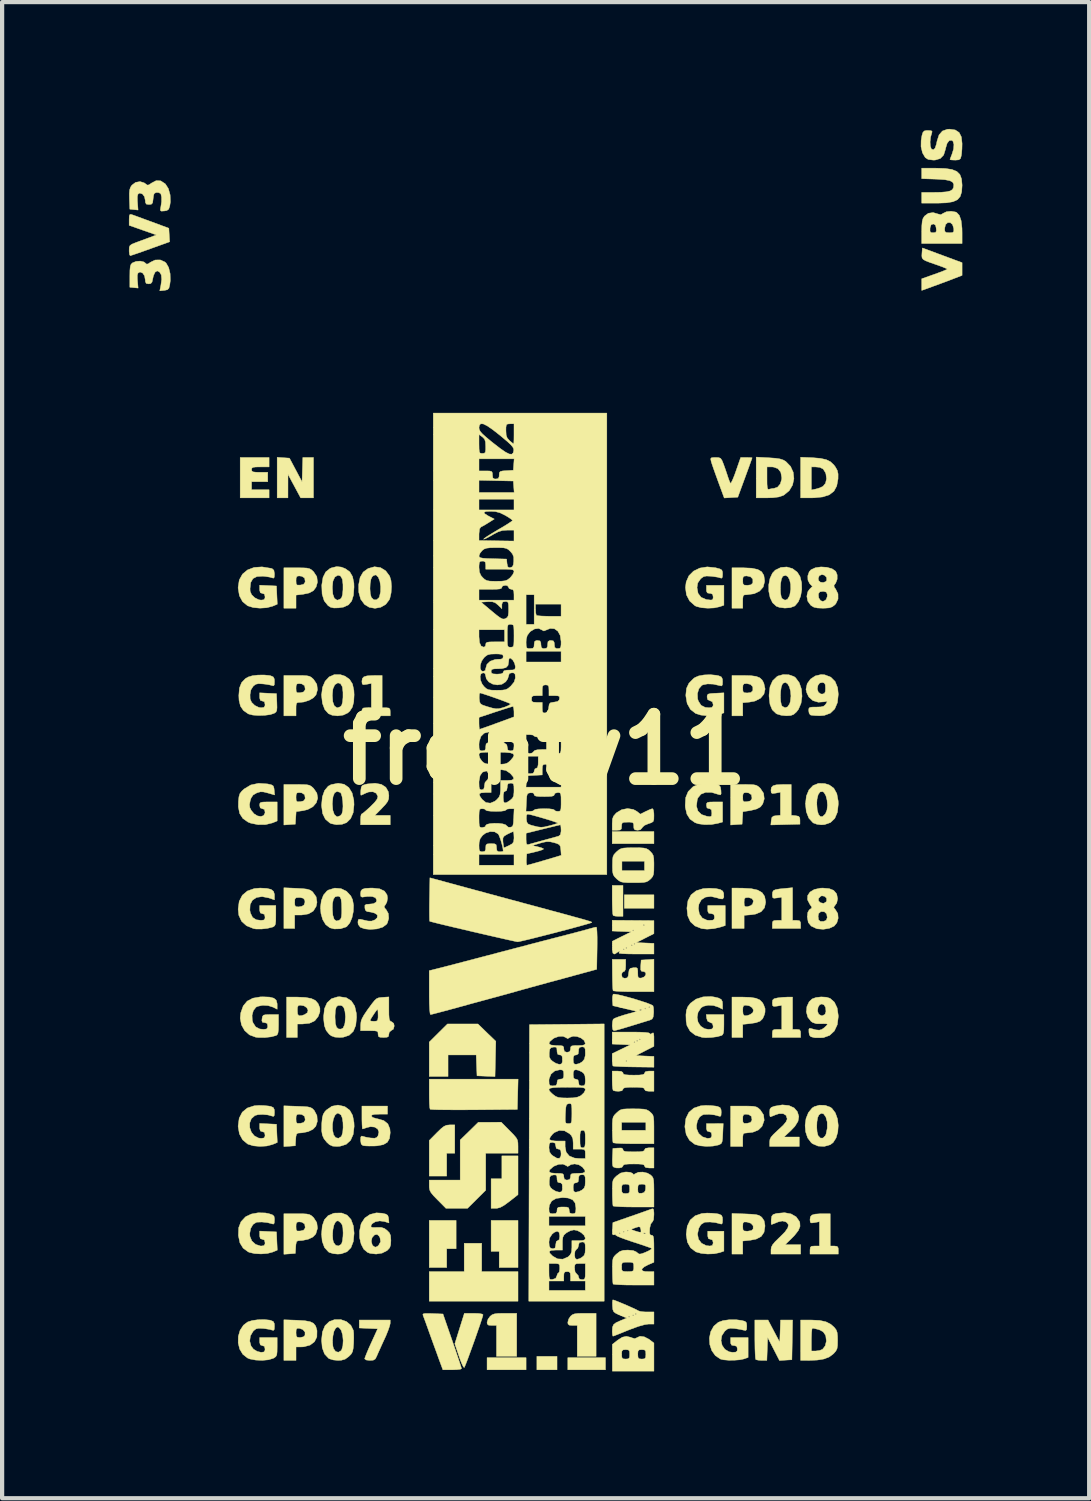
<source format=kicad_pcb>
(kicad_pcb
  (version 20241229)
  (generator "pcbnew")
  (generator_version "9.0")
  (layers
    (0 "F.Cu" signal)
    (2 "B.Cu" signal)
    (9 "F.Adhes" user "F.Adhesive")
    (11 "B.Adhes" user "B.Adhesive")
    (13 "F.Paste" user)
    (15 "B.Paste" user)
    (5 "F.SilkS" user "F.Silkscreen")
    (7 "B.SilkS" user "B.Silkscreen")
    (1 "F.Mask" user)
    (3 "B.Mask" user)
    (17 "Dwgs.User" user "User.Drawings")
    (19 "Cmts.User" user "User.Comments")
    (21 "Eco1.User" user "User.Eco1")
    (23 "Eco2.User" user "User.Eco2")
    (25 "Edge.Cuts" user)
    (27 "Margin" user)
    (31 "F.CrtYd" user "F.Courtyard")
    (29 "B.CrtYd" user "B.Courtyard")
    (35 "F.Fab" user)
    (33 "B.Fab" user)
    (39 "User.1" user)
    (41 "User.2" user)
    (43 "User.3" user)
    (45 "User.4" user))
  (footprint "frontv11"
    (layer "F.Cu")
    (at 9.84 14.678)
    (property "Reference" "frontv11" (at 0 0 0) (layer "F.SilkS") (effects (font (size 1.524 1.524) (thickness 0.3))))
    (attr through_hole)
    (fp_poly (pts (xy -0.446 14.673) (xy -1.369 14.673) (xy -1.369 14.387) (xy -0.446 14.387) (xy -0.446 14.673)) (stroke (width 0.01) (type solid)) (fill yes) (layer "F.SilkS"))
    (fp_poly (pts (xy 0.286 14.673) (xy -0.191 14.673) (xy -0.191 14.355) (xy 0.286 14.355) (xy 0.286 14.673)) (stroke (width 0.01) (type solid)) (fill yes) (layer "F.SilkS"))
    (fp_poly (pts (xy 1.432 14.673) (xy 0.541 14.673) (xy 0.541 14.387) (xy 1.432 14.387) (xy 1.432 14.673)) (stroke (width 0.01) (type solid)) (fill yes) (layer "F.SilkS"))
    (fp_poly (pts (xy 2.578 2.228) (xy 1.591 2.228) (xy 1.591 1.942) (xy 2.578 1.942) (xy 2.578 2.228)) (stroke (width 0.01) (type solid)) (fill yes) (layer "F.SilkS"))
    (fp_poly (pts (xy 2.578 3.756) (xy 1.878 3.756) (xy 1.878 3.438) (xy 2.578 3.438) (xy 2.578 3.756)) (stroke (width 0.01) (type solid)) (fill yes) (layer "F.SilkS"))
    (fp_poly (pts (xy -2.101 11.809) (xy -2.324 11.809) (xy -2.324 12.254) (xy -2.737 12.254) (xy -2.737 11.14) (xy -2.101 11.14) (xy -2.101 11.809)) (stroke (width 0.01) (type solid)) (fill yes) (layer "F.SilkS"))
    (fp_poly (pts (xy -0.637 12.254) (xy -1.082 12.254) (xy -1.082 11.872) (xy -1.273 11.872) (xy -1.273 11.14) (xy -0.637 11.14) (xy -0.637 12.254)) (stroke (width 0.01) (type solid)) (fill yes) (layer "F.SilkS"))
    (fp_poly (pts (xy -1.496 12.35) (xy -0.637 12.35) (xy -0.637 13.05) (xy -2.737 13.05) (xy -2.737 12.35) (xy -1.91 12.35) (xy -1.91 11.681) (xy -1.496 11.681) (xy -1.496 12.35)) (stroke (width 0.01) (type solid)) (fill yes) (layer "F.SilkS"))
    (fp_poly (pts (xy -0.637 10.53) (xy -0.843 10.692) (xy -0.963 10.78) (xy -1.054 10.831) (xy -1.13 10.852) (xy -1.161 10.854) (xy -1.273 10.854) (xy -1.273 10.154) (xy -1.019 10.154) (xy -1.019 9.613) (xy -0.637 9.613) (xy -0.637 10.53)) (stroke (width 0.01) (type solid)) (fill yes) (layer "F.SilkS"))
    (fp_poly (pts (xy 1.846 3.947) (xy 1.74 3.947) (xy 1.661 3.941) (xy 1.614 3.927) (xy 1.613 3.926) (xy 1.604 3.887) (xy 1.597 3.799) (xy 1.593 3.675) (xy 1.591 3.56) (xy 1.591 3.215) (xy 1.846 3.215) (xy 1.846 3.947)) (stroke (width 0.01) (type solid)) (fill yes) (layer "F.SilkS"))
    (fp_poly (pts (xy -6.043 -6.891) (xy -5.894 -6.611) (xy -5.745 -6.33) (xy -5.736 -6.619) (xy -5.727 -6.907) (xy -5.475 -6.907) (xy -5.475 -5.952) (xy -5.778 -5.952) (xy -6.078 -6.509) (xy -6.079 -5.952) (xy -6.334 -5.952) (xy -6.334 -6.911) (xy -6.043 -6.891)) (stroke (width 0.01) (type solid)) (fill yes) (layer "F.SilkS"))
    (fp_poly (pts (xy -2.133 9.549) (xy -2.324 9.549) (xy -2.324 10.09) (xy -2.737 10.09) (xy -2.737 9.248) (xy -2.555 9.064) (xy -2.458 8.97) (xy -2.388 8.915) (xy -2.327 8.888) (xy -2.261 8.881) (xy -2.253 8.88) (xy -2.133 8.88) (xy -2.133 9.549)) (stroke (width 0.01) (type solid)) (fill yes) (layer "F.SilkS"))
    (fp_poly (pts (xy -1.374 6.698) (xy -1.162 6.902) (xy -1.181 7.737) (xy -1.607 7.719) (xy -1.617 7.472) (xy -1.626 7.225) (xy -2.292 7.225) (xy -2.292 7.735) (xy -2.737 7.735) (xy -2.737 6.921) (xy -2.522 6.707) (xy -2.306 6.493) (xy -1.585 6.493) (xy -1.374 6.698)) (stroke (width 0.01) (type solid)) (fill yes) (layer "F.SilkS"))
    (fp_poly (pts (xy -0.668 14.355) (xy -1.146 14.355) (xy -1.146 13.623) (xy -1.257 13.623) (xy -1.333 13.617) (xy -1.364 13.59) (xy -1.369 13.549) (xy -1.346 13.475) (xy -1.295 13.406) (xy -1.25 13.371) (xy -1.195 13.351) (xy -1.114 13.34) (xy -0.989 13.337) (xy -0.945 13.337) (xy -0.668 13.337) (xy -0.668 14.355)) (stroke (width 0.01) (type solid)) (fill yes) (layer "F.SilkS"))
    (fp_poly (pts (xy 1.21 14.355) (xy 0.764 14.355) (xy 0.764 13.623) (xy 0.653 13.623) (xy 0.577 13.617) (xy 0.546 13.59) (xy 0.541 13.549) (xy 0.562 13.472) (xy 0.606 13.406) (xy 0.646 13.372) (xy 0.697 13.351) (xy 0.775 13.34) (xy 0.895 13.337) (xy 0.94 13.337) (xy 1.21 13.337) (xy 1.21 14.355)) (stroke (width 0.01) (type solid)) (fill yes) (layer "F.SilkS"))
    (fp_poly (pts (xy -0.644 8.156) (xy -0.653 8.514) (xy -1.673 8.523) (xy -1.922 8.524) (xy -2.15 8.524) (xy -2.35 8.523) (xy -2.514 8.521) (xy -2.634 8.517) (xy -2.703 8.512) (xy -2.716 8.51) (xy -2.725 8.471) (xy -2.732 8.382) (xy -2.736 8.258) (xy -2.737 8.143) (xy -2.737 7.798) (xy -0.635 7.798) (xy -0.644 8.156)) (stroke (width 0.01) (type solid)) (fill yes) (layer "F.SilkS"))
    (fp_poly (pts (xy -6.525 -6.684) (xy -6.732 -6.684) (xy -6.844 -6.682) (xy -6.906 -6.673) (xy -6.933 -6.653) (xy -6.939 -6.621) (xy -6.932 -6.585) (xy -6.901 -6.566) (xy -6.832 -6.558) (xy -6.748 -6.557) (xy -6.557 -6.557) (xy -6.557 -6.334) (xy -6.939 -6.334) (xy -6.939 -6.143) (xy -6.525 -6.143) (xy -6.525 -5.952) (xy -7.209 -5.952) (xy -7.209 -6.907) (xy -6.525 -6.907) (xy -6.525 -6.684)) (stroke (width 0.01) (type solid)) (fill yes) (layer "F.SilkS"))
    (fp_poly (pts (xy -1.561 13.341) (xy -1.485 13.355) (xy -1.464 13.371) (xy -1.475 13.413) (xy -1.503 13.503) (xy -1.545 13.63) (xy -1.598 13.782) (xy -1.656 13.949) (xy -1.717 14.118) (xy -1.776 14.28) (xy -1.828 14.422) (xy -1.871 14.533) (xy -1.9 14.603) (xy -1.909 14.62) (xy -1.929 14.604) (xy -1.962 14.538) (xy -2.004 14.435) (xy -2.033 14.353) (xy -2.132 14.058) (xy -2.019 13.697) (xy -1.906 13.337) (xy -1.685 13.337) (xy -1.561 13.341)) (stroke (width 0.01) (type solid)) (fill yes) (layer "F.SilkS"))
    (fp_poly (pts (xy 5.415 13.758) (xy 5.554 14.021) (xy 5.573 13.496) (xy 5.858 13.496) (xy 5.85 13.965) (xy 5.841 14.435) (xy 5.694 14.444) (xy 5.548 14.454) (xy 5.268 13.908) (xy 5.259 14.179) (xy 5.249 14.451) (xy 5.129 14.451) (xy 5.045 14.445) (xy 4.992 14.433) (xy 4.987 14.429) (xy 4.979 14.392) (xy 4.973 14.302) (xy 4.968 14.173) (xy 4.966 14.016) (xy 4.965 13.952) (xy 4.965 13.496) (xy 5.277 13.496) (xy 5.415 13.758)) (stroke (width 0.01) (type solid)) (fill yes) (layer "F.SilkS"))
    (fp_poly (pts (xy -3.66 13.575) (xy -3.674 13.637) (xy -3.709 13.739) (xy -3.76 13.866) (xy -3.798 13.949) (xy -3.861 14.086) (xy -3.918 14.213) (xy -3.962 14.311) (xy -3.977 14.347) (xy -4.012 14.416) (xy -4.061 14.445) (xy -4.142 14.451) (xy -4.229 14.441) (xy -4.263 14.414) (xy -4.264 14.411) (xy -4.25 14.367) (xy -4.215 14.279) (xy -4.165 14.16) (xy -4.109 14.037) (xy -3.957 13.703) (xy -4.392 13.684) (xy -4.392 13.496) (xy -3.66 13.496) (xy -3.66 13.575)) (stroke (width 0.01) (type solid)) (fill yes) (layer "F.SilkS"))
    (fp_poly (pts (xy -3.851 -0.987) (xy -3.756 -0.987) (xy -3.688 -0.979) (xy -3.663 -0.942) (xy -3.66 -0.891) (xy -3.66 -0.796) (xy -4.329 -0.796) (xy -4.329 -0.891) (xy -4.323 -0.955) (xy -4.291 -0.982) (xy -4.217 -0.987) (xy -4.106 -0.987) (xy -4.106 -1.563) (xy -4.217 -1.542) (xy -4.291 -1.532) (xy -4.322 -1.548) (xy -4.329 -1.603) (xy -4.329 -1.616) (xy -4.319 -1.679) (xy -4.283 -1.718) (xy -4.209 -1.741) (xy -4.088 -1.749) (xy -4.018 -1.75) (xy -3.851 -1.751) (xy -3.851 -0.987)) (stroke (width 0.01) (type solid)) (fill yes) (layer "F.SilkS"))
    (fp_poly (pts (xy -0.835 9.017) (xy -0.74 9.114) (xy -0.681 9.184) (xy -0.65 9.241) (xy -0.639 9.304) (xy -0.637 9.383) (xy -0.637 9.549) (xy -1.401 9.549) (xy -1.401 10.426) (xy -1.616 10.64) (xy -1.832 10.854) (xy -2.341 10.854) (xy -2.539 10.654) (xy -2.636 10.554) (xy -2.695 10.482) (xy -2.725 10.423) (xy -2.736 10.362) (xy -2.737 10.32) (xy -2.737 10.185) (xy -2.005 10.185) (xy -2.005 9.237) (xy -1.79 9.028) (xy -1.576 8.818) (xy -1.033 8.817) (xy -0.835 9.017)) (stroke (width 0.01) (type solid)) (fill yes) (layer "F.SilkS"))
    (fp_poly (pts (xy 5.857 4.042) (xy 5.952 4.042) (xy 6.02 4.05) (xy 6.045 4.087) (xy 6.048 4.138) (xy 6.048 4.233) (xy 5.379 4.233) (xy 5.379 4.138) (xy 5.385 4.074) (xy 5.417 4.047) (xy 5.491 4.042) (xy 5.602 4.042) (xy 5.602 3.493) (xy 5.491 3.511) (xy 5.416 3.519) (xy 5.386 3.501) (xy 5.379 3.446) (xy 5.379 3.437) (xy 5.384 3.377) (xy 5.405 3.338) (xy 5.456 3.315) (xy 5.548 3.299) (xy 5.648 3.289) (xy 5.857 3.269) (xy 5.857 4.042)) (stroke (width 0.01) (type solid)) (fill yes) (layer "F.SilkS"))
    (fp_poly (pts (xy 6.748 11.745) (xy 6.843 11.745) (xy 6.911 11.753) (xy 6.936 11.79) (xy 6.939 11.841) (xy 6.939 11.936) (xy 6.27 11.936) (xy 6.27 11.841) (xy 6.277 11.776) (xy 6.308 11.75) (xy 6.382 11.745) (xy 6.493 11.745) (xy 6.493 11.169) (xy 6.382 11.19) (xy 6.308 11.2) (xy 6.277 11.184) (xy 6.27 11.128) (xy 6.27 11.116) (xy 6.28 11.053) (xy 6.316 11.013) (xy 6.39 10.991) (xy 6.512 10.982) (xy 6.581 10.982) (xy 6.748 10.981) (xy 6.748 11.745)) (stroke (width 0.01) (type solid)) (fill yes) (layer "F.SilkS"))
    (fp_poly (pts (xy 5.825 1.556) (xy 5.928 1.566) (xy 6 1.58) (xy 6.028 1.617) (xy 6.032 1.671) (xy 6.032 1.767) (xy 5.687 1.776) (xy 5.343 1.785) (xy 5.353 1.68) (xy 5.368 1.607) (xy 5.409 1.575) (xy 5.467 1.566) (xy 5.57 1.556) (xy 5.57 1.011) (xy 5.459 1.032) (xy 5.385 1.042) (xy 5.354 1.026) (xy 5.347 0.971) (xy 5.347 0.96) (xy 5.357 0.898) (xy 5.395 0.859) (xy 5.469 0.837) (xy 5.593 0.829) (xy 5.658 0.828) (xy 5.825 0.828) (xy 5.825 1.556)) (stroke (width 0.01) (type solid)) (fill yes) (layer "F.SilkS"))
    (fp_poly (pts (xy 5.857 6.621) (xy 5.952 6.621) (xy 6.02 6.628) (xy 6.045 6.666) (xy 6.048 6.716) (xy 6.048 6.812) (xy 5.379 6.812) (xy 5.379 6.716) (xy 5.385 6.652) (xy 5.417 6.626) (xy 5.491 6.621) (xy 5.602 6.621) (xy 5.602 6.052) (xy 5.491 6.07) (xy 5.416 6.078) (xy 5.386 6.06) (xy 5.379 6.003) (xy 5.379 5.992) (xy 5.386 5.928) (xy 5.42 5.896) (xy 5.499 5.877) (xy 5.618 5.863) (xy 5.737 5.857) (xy 5.737 5.857) (xy 5.857 5.857) (xy 5.857 6.621)) (stroke (width 0.01) (type solid)) (fill yes) (layer "F.SilkS"))
    (fp_poly (pts (xy 9.398 -11.689) (xy 9.867 -11.515) (xy 9.867 -11.214) (xy 9.652 -11.131) (xy 9.514 -11.078) (xy 9.349 -11.017) (xy 9.19 -10.959) (xy 9.175 -10.953) (xy 8.912 -10.858) (xy 8.912 -11.134) (xy 9.215 -11.241) (xy 9.341 -11.287) (xy 9.442 -11.326) (xy 9.504 -11.354) (xy 9.517 -11.364) (xy 9.489 -11.38) (xy 9.414 -11.411) (xy 9.306 -11.451) (xy 9.251 -11.47) (xy 9.103 -11.521) (xy 9.005 -11.559) (xy 8.948 -11.592) (xy 8.921 -11.629) (xy 8.915 -11.676) (xy 8.918 -11.736) (xy 8.928 -11.863) (xy 9.398 -11.689)) (stroke (width 0.01) (type solid)) (fill yes) (layer "F.SilkS"))
    (fp_poly (pts (xy -2.718 13.341) (xy -2.658 13.343) (xy -2.412 13.353) (xy -2.193 13.986) (xy -2.127 14.176) (xy -2.07 14.345) (xy -2.023 14.486) (xy -1.99 14.587) (xy -1.974 14.641) (xy -1.973 14.646) (xy -2.003 14.66) (xy -2.079 14.669) (xy -2.187 14.673) (xy -2.194 14.673) (xy -2.414 14.673) (xy -2.464 14.538) (xy -2.506 14.425) (xy -2.563 14.266) (xy -2.632 14.078) (xy -2.705 13.876) (xy -2.777 13.674) (xy -2.784 13.655) (xy -2.825 13.541) (xy -2.86 13.446) (xy -2.881 13.391) (xy -2.888 13.362) (xy -2.87 13.346) (xy -2.818 13.34) (xy -2.718 13.341)) (stroke (width 0.01) (type solid)) (fill yes) (layer "F.SilkS"))
    (fp_poly (pts (xy 4.869 -1.746) (xy 4.995 -1.729) (xy 5.08 -1.696) (xy 5.138 -1.642) (xy 5.177 -1.57) (xy 5.208 -1.43) (xy 5.18 -1.309) (xy 5.1 -1.213) (xy 4.971 -1.147) (xy 4.84 -1.121) (xy 4.679 -1.106) (xy 4.679 -0.796) (xy 4.424 -0.796) (xy 4.424 -1.448) (xy 4.679 -1.448) (xy 4.684 -1.374) (xy 4.712 -1.343) (xy 4.781 -1.337) (xy 4.788 -1.337) (xy 4.872 -1.348) (xy 4.913 -1.388) (xy 4.918 -1.402) (xy 4.917 -1.482) (xy 4.864 -1.539) (xy 4.771 -1.56) (xy 4.709 -1.553) (xy 4.684 -1.52) (xy 4.679 -1.448) (xy 4.424 -1.448) (xy 4.424 -1.751) (xy 4.693 -1.751) (xy 4.869 -1.746)) (stroke (width 0.01) (type solid)) (fill yes) (layer "F.SilkS"))
    (fp_poly (pts (xy -5.857 13.501) (xy -5.68 13.512) (xy -5.555 13.535) (xy -5.473 13.575) (xy -5.423 13.639) (xy -5.395 13.731) (xy -5.392 13.752) (xy -5.395 13.896) (xy -5.452 14.01) (xy -5.557 14.089) (xy -5.706 14.129) (xy -5.776 14.132) (xy -5.888 14.132) (xy -5.888 14.451) (xy -6.175 14.451) (xy -6.175 13.796) (xy -5.888 13.796) (xy -5.888 13.796) (xy -5.883 13.872) (xy -5.857 13.903) (xy -5.794 13.91) (xy -5.792 13.91) (xy -5.709 13.892) (xy -5.676 13.857) (xy -5.675 13.781) (xy -5.726 13.721) (xy -5.804 13.693) (xy -5.86 13.692) (xy -5.884 13.721) (xy -5.888 13.796) (xy -6.175 13.796) (xy -6.175 13.49) (xy -5.857 13.501)) (stroke (width 0.01) (type solid)) (fill yes) (layer "F.SilkS"))
    (fp_poly (pts (xy -5.668 5.865) (xy -5.527 5.891) (xy -5.43 5.937) (xy -5.368 6.008) (xy -5.362 6.018) (xy -5.323 6.116) (xy -5.323 6.205) (xy -5.363 6.313) (xy -5.366 6.319) (xy -5.444 6.417) (xy -5.567 6.475) (xy -5.734 6.493) (xy -5.857 6.493) (xy -5.857 6.812) (xy -6.111 6.812) (xy -6.111 6.175) (xy -5.857 6.175) (xy -5.849 6.262) (xy -5.817 6.299) (xy -5.749 6.294) (xy -5.684 6.271) (xy -5.618 6.225) (xy -5.604 6.165) (xy -5.634 6.107) (xy -5.702 6.063) (xy -5.791 6.048) (xy -5.834 6.058) (xy -5.853 6.099) (xy -5.857 6.175) (xy -6.111 6.175) (xy -6.111 5.857) (xy -5.861 5.857) (xy -5.668 5.865)) (stroke (width 0.01) (type solid)) (fill yes) (layer "F.SilkS"))
    (fp_poly (pts (xy 4.671 3.28) (xy 4.879 3.292) (xy 5.032 3.326) (xy 5.136 3.386) (xy 5.197 3.475) (xy 5.219 3.597) (xy 5.22 3.619) (xy 5.193 3.745) (xy 5.114 3.837) (xy 4.985 3.893) (xy 4.891 3.908) (xy 4.711 3.923) (xy 4.711 4.233) (xy 4.424 4.233) (xy 4.424 3.615) (xy 4.711 3.615) (xy 4.715 3.69) (xy 4.739 3.719) (xy 4.795 3.718) (xy 4.795 3.718) (xy 4.871 3.692) (xy 4.912 3.657) (xy 4.932 3.582) (xy 4.897 3.526) (xy 4.816 3.501) (xy 4.807 3.501) (xy 4.743 3.507) (xy 4.716 3.538) (xy 4.711 3.612) (xy 4.711 3.615) (xy 4.424 3.615) (xy 4.424 3.278) (xy 4.671 3.28)) (stroke (width 0.01) (type solid)) (fill yes) (layer "F.SilkS"))
    (fp_poly (pts (xy 4.857 5.863) (xy 4.989 5.884) (xy 5.081 5.924) (xy 5.145 5.988) (xy 5.173 6.038) (xy 5.207 6.13) (xy 5.206 6.213) (xy 5.191 6.274) (xy 5.151 6.366) (xy 5.089 6.426) (xy 4.99 6.463) (xy 4.851 6.484) (xy 4.679 6.502) (xy 4.679 6.812) (xy 4.424 6.812) (xy 4.424 6.175) (xy 4.679 6.175) (xy 4.687 6.262) (xy 4.719 6.299) (xy 4.786 6.294) (xy 4.852 6.271) (xy 4.917 6.225) (xy 4.932 6.165) (xy 4.902 6.107) (xy 4.834 6.063) (xy 4.745 6.048) (xy 4.702 6.058) (xy 4.683 6.099) (xy 4.679 6.175) (xy 4.424 6.175) (xy 4.424 5.857) (xy 4.674 5.857) (xy 4.857 5.863)) (stroke (width 0.01) (type solid)) (fill yes) (layer "F.SilkS"))
    (fp_poly (pts (xy 9.467 -13.743) (xy 9.628 -13.719) (xy 9.742 -13.673) (xy 9.815 -13.601) (xy 9.854 -13.496) (xy 9.867 -13.355) (xy 9.867 -13.337) (xy 9.857 -13.19) (xy 9.823 -13.081) (xy 9.758 -13.005) (xy 9.653 -12.957) (xy 9.501 -12.931) (xy 9.295 -12.923) (xy 9.265 -12.923) (xy 8.912 -12.923) (xy 8.912 -13.177) (xy 9.179 -13.177) (xy 9.365 -13.18) (xy 9.497 -13.191) (xy 9.585 -13.211) (xy 9.637 -13.243) (xy 9.663 -13.289) (xy 9.665 -13.296) (xy 9.671 -13.367) (xy 9.644 -13.419) (xy 9.577 -13.455) (xy 9.462 -13.477) (xy 9.292 -13.489) (xy 9.245 -13.491) (xy 8.912 -13.502) (xy 8.912 -13.75) (xy 9.25 -13.75) (xy 9.467 -13.743)) (stroke (width 0.01) (type solid)) (fill yes) (layer "F.SilkS"))
    (fp_poly (pts (xy -9.782 -12.655) (xy -9.78 -12.654) (xy -9.73 -12.637) (xy -9.634 -12.602) (xy -9.504 -12.554) (xy -9.352 -12.498) (xy -9.31 -12.483) (xy -8.896 -12.329) (xy -8.887 -12.169) (xy -8.877 -12.009) (xy -9.333 -11.845) (xy -9.492 -11.788) (xy -9.631 -11.739) (xy -9.737 -11.703) (xy -9.8 -11.683) (xy -9.811 -11.681) (xy -9.827 -11.709) (xy -9.835 -11.78) (xy -9.835 -11.806) (xy -9.833 -11.876) (xy -9.815 -11.92) (xy -9.768 -11.953) (xy -9.679 -11.989) (xy -9.652 -11.999) (xy -9.524 -12.046) (xy -9.394 -12.094) (xy -9.33 -12.118) (xy -9.191 -12.171) (xy -9.513 -12.284) (xy -9.835 -12.398) (xy -9.835 -12.535) (xy -9.832 -12.62) (xy -9.816 -12.656) (xy -9.782 -12.655)) (stroke (width 0.01) (type solid)) (fill yes) (layer "F.SilkS"))
    (fp_poly (pts (xy 6.326 -6.902) (xy 6.514 -6.886) (xy 6.653 -6.856) (xy 6.756 -6.805) (xy 6.837 -6.727) (xy 6.869 -6.684) (xy 6.915 -6.602) (xy 6.934 -6.518) (xy 6.933 -6.403) (xy 6.932 -6.396) (xy 6.902 -6.233) (xy 6.836 -6.11) (xy 6.727 -6.025) (xy 6.572 -5.974) (xy 6.365 -5.953) (xy 6.302 -5.952) (xy 6.048 -5.952) (xy 6.048 -6.684) (xy 6.302 -6.684) (xy 6.302 -6.138) (xy 6.406 -6.16) (xy 6.501 -6.188) (xy 6.577 -6.224) (xy 6.636 -6.296) (xy 6.661 -6.402) (xy 6.646 -6.519) (xy 6.634 -6.551) (xy 6.582 -6.633) (xy 6.502 -6.674) (xy 6.395 -6.684) (xy 6.302 -6.684) (xy 6.048 -6.684) (xy 6.048 -6.913) (xy 6.326 -6.902)) (stroke (width 0.01) (type solid)) (fill yes) (layer "F.SilkS"))
    (fp_poly (pts (xy -5.874 3.284) (xy -5.727 3.292) (xy -5.628 3.304) (xy -5.562 3.324) (xy -5.514 3.353) (xy -5.494 3.37) (xy -5.413 3.484) (xy -5.392 3.613) (xy -5.412 3.712) (xy -5.479 3.821) (xy -5.594 3.889) (xy -5.755 3.915) (xy -5.775 3.915) (xy -5.92 3.915) (xy -5.92 4.233) (xy -6.175 4.233) (xy -6.175 3.613) (xy -5.92 3.613) (xy -5.915 3.688) (xy -5.888 3.718) (xy -5.829 3.724) (xy -5.748 3.709) (xy -5.699 3.678) (xy -5.676 3.612) (xy -5.681 3.566) (xy -5.715 3.519) (xy -5.788 3.502) (xy -5.811 3.501) (xy -5.884 3.506) (xy -5.914 3.535) (xy -5.92 3.605) (xy -5.92 3.613) (xy -6.175 3.613) (xy -6.175 3.271) (xy -5.874 3.284)) (stroke (width 0.01) (type solid)) (fill yes) (layer "F.SilkS"))
    (fp_poly (pts (xy -5.728 -4.296) (xy -5.633 -4.291) (xy -5.571 -4.277) (xy -5.525 -4.252) (xy -5.48 -4.211) (xy -5.472 -4.204) (xy -5.396 -4.088) (xy -5.381 -3.957) (xy -5.413 -3.843) (xy -5.475 -3.758) (xy -5.574 -3.703) (xy -5.722 -3.671) (xy -5.732 -3.67) (xy -5.888 -3.652) (xy -5.888 -3.342) (xy -6.175 -3.342) (xy -6.175 -3.993) (xy -5.888 -3.993) (xy -5.884 -3.918) (xy -5.86 -3.889) (xy -5.798 -3.888) (xy -5.785 -3.889) (xy -5.709 -3.907) (xy -5.676 -3.952) (xy -5.671 -3.975) (xy -5.684 -4.054) (xy -5.749 -4.097) (xy -5.817 -4.106) (xy -5.865 -4.096) (xy -5.885 -4.055) (xy -5.888 -3.993) (xy -6.175 -3.993) (xy -6.175 -4.297) (xy -5.87 -4.297) (xy -5.728 -4.296)) (stroke (width 0.01) (type solid)) (fill yes) (layer "F.SilkS"))
    (fp_poly (pts (xy 4.742 10.986) (xy 4.891 10.993) (xy 4.992 11.003) (xy 5.058 11.019) (xy 5.104 11.045) (xy 5.132 11.07) (xy 5.184 11.147) (xy 5.204 11.253) (xy 5.204 11.284) (xy 5.182 11.421) (xy 5.115 11.519) (xy 4.997 11.581) (xy 4.86 11.608) (xy 4.679 11.627) (xy 4.679 11.936) (xy 4.424 11.936) (xy 4.424 11.282) (xy 4.679 11.282) (xy 4.684 11.357) (xy 4.71 11.388) (xy 4.779 11.395) (xy 4.791 11.395) (xy 4.887 11.379) (xy 4.924 11.343) (xy 4.925 11.267) (xy 4.873 11.208) (xy 4.779 11.178) (xy 4.779 11.178) (xy 4.712 11.176) (xy 4.685 11.201) (xy 4.679 11.269) (xy 4.679 11.282) (xy 4.424 11.282) (xy 4.424 10.975) (xy 4.742 10.986)) (stroke (width 0.01) (type solid)) (fill yes) (layer "F.SilkS"))
    (fp_poly (pts (xy -5.728 0.829) (xy -5.633 0.834) (xy -5.571 0.847) (xy -5.525 0.873) (xy -5.48 0.913) (xy -5.472 0.921) (xy -5.395 1.033) (xy -5.375 1.15) (xy -5.408 1.26) (xy -5.489 1.354) (xy -5.613 1.421) (xy -5.721 1.447) (xy -5.885 1.47) (xy -5.895 1.618) (xy -5.904 1.767) (xy -6.04 1.776) (xy -6.175 1.786) (xy -6.175 1.132) (xy -5.888 1.132) (xy -5.884 1.207) (xy -5.86 1.236) (xy -5.798 1.237) (xy -5.785 1.235) (xy -5.709 1.217) (xy -5.676 1.173) (xy -5.671 1.149) (xy -5.684 1.071) (xy -5.749 1.027) (xy -5.817 1.019) (xy -5.865 1.028) (xy -5.885 1.069) (xy -5.888 1.132) (xy -6.175 1.132) (xy -6.175 0.828) (xy -5.87 0.828) (xy -5.728 0.829)) (stroke (width 0.01) (type solid)) (fill yes) (layer "F.SilkS"))
    (fp_poly (pts (xy 4.84 0.829) (xy 4.934 0.834) (xy 4.997 0.847) (xy 5.043 0.873) (xy 5.088 0.913) (xy 5.095 0.921) (xy 5.172 1.036) (xy 5.187 1.168) (xy 5.153 1.284) (xy 5.1 1.356) (xy 5.011 1.406) (xy 4.875 1.441) (xy 4.828 1.449) (xy 4.682 1.471) (xy 4.663 1.767) (xy 4.528 1.776) (xy 4.392 1.786) (xy 4.392 1.132) (xy 4.679 1.132) (xy 4.683 1.207) (xy 4.708 1.236) (xy 4.77 1.237) (xy 4.782 1.235) (xy 4.859 1.217) (xy 4.892 1.173) (xy 4.897 1.149) (xy 4.884 1.071) (xy 4.819 1.027) (xy 4.751 1.019) (xy 4.702 1.028) (xy 4.682 1.069) (xy 4.679 1.132) (xy 4.392 1.132) (xy 4.392 0.828) (xy 4.697 0.828) (xy 4.84 0.829)) (stroke (width 0.01) (type solid)) (fill yes) (layer "F.SilkS"))
    (fp_poly (pts (xy 4.892 -4.288) (xy 5.033 -4.258) (xy 5.126 -4.203) (xy 5.178 -4.119) (xy 5.195 -4) (xy 5.195 -3.968) (xy 5.163 -3.843) (xy 5.078 -3.747) (xy 4.948 -3.684) (xy 4.778 -3.661) (xy 4.766 -3.661) (xy 4.715 -3.656) (xy 4.689 -3.633) (xy 4.68 -3.573) (xy 4.679 -3.501) (xy 4.679 -3.342) (xy 4.424 -3.342) (xy 4.424 -3.995) (xy 4.679 -3.995) (xy 4.684 -3.92) (xy 4.712 -3.889) (xy 4.781 -3.883) (xy 4.788 -3.883) (xy 4.872 -3.895) (xy 4.913 -3.935) (xy 4.918 -3.948) (xy 4.917 -4.029) (xy 4.864 -4.085) (xy 4.771 -4.106) (xy 4.709 -4.099) (xy 4.684 -4.067) (xy 4.679 -3.995) (xy 4.424 -3.995) (xy 4.424 -4.297) (xy 4.696 -4.297) (xy 4.892 -4.288)) (stroke (width 0.01) (type solid)) (fill yes) (layer "F.SilkS"))
    (fp_poly (pts (xy 5.771 8.422) (xy 5.894 8.478) (xy 5.971 8.568) (xy 6.005 8.681) (xy 5.986 8.795) (xy 5.911 8.915) (xy 5.815 9.016) (xy 5.653 9.167) (xy 6.016 9.167) (xy 6.016 9.39) (xy 5.316 9.39) (xy 5.316 9.284) (xy 5.322 9.225) (xy 5.349 9.169) (xy 5.406 9.104) (xy 5.501 9.014) (xy 5.522 8.995) (xy 5.637 8.888) (xy 5.703 8.807) (xy 5.729 8.745) (xy 5.729 8.734) (xy 5.704 8.655) (xy 5.636 8.614) (xy 5.535 8.615) (xy 5.46 8.639) (xy 5.382 8.671) (xy 5.334 8.688) (xy 5.328 8.689) (xy 5.32 8.661) (xy 5.316 8.593) (xy 5.316 8.58) (xy 5.322 8.506) (xy 5.354 8.466) (xy 5.429 8.438) (xy 5.435 8.437) (xy 5.615 8.407) (xy 5.771 8.422)) (stroke (width 0.01) (type solid)) (fill yes) (layer "F.SilkS"))
    (fp_poly (pts (xy -5.728 -1.75) (xy -5.633 -1.744) (xy -5.571 -1.731) (xy -5.525 -1.706) (xy -5.48 -1.665) (xy -5.472 -1.658) (xy -5.396 -1.542) (xy -5.381 -1.411) (xy -5.415 -1.292) (xy -5.476 -1.223) (xy -5.578 -1.164) (xy -5.7 -1.124) (xy -5.794 -1.114) (xy -5.85 -1.111) (xy -5.878 -1.089) (xy -5.887 -1.033) (xy -5.888 -0.955) (xy -5.888 -0.796) (xy -6.175 -0.796) (xy -6.175 -1.446) (xy -5.888 -1.446) (xy -5.884 -1.371) (xy -5.86 -1.342) (xy -5.798 -1.342) (xy -5.785 -1.343) (xy -5.709 -1.361) (xy -5.676 -1.406) (xy -5.671 -1.429) (xy -5.684 -1.508) (xy -5.749 -1.551) (xy -5.817 -1.559) (xy -5.865 -1.55) (xy -5.885 -1.509) (xy -5.888 -1.446) (xy -6.175 -1.446) (xy -6.175 -1.751) (xy -5.87 -1.751) (xy -5.728 -1.75)) (stroke (width 0.01) (type solid)) (fill yes) (layer "F.SilkS"))
    (fp_poly (pts (xy 4.84 8.436) (xy 4.934 8.441) (xy 4.997 8.455) (xy 5.043 8.48) (xy 5.088 8.52) (xy 5.095 8.528) (xy 5.171 8.643) (xy 5.186 8.771) (xy 5.138 8.907) (xy 5.133 8.916) (xy 5.049 9) (xy 4.919 9.053) (xy 4.766 9.071) (xy 4.715 9.076) (xy 4.689 9.099) (xy 4.68 9.158) (xy 4.679 9.231) (xy 4.679 9.39) (xy 4.392 9.39) (xy 4.392 8.739) (xy 4.679 8.739) (xy 4.683 8.814) (xy 4.708 8.843) (xy 4.77 8.844) (xy 4.782 8.843) (xy 4.859 8.824) (xy 4.892 8.78) (xy 4.897 8.757) (xy 4.884 8.678) (xy 4.819 8.635) (xy 4.751 8.626) (xy 4.702 8.636) (xy 4.682 8.677) (xy 4.679 8.739) (xy 4.392 8.739) (xy 4.392 8.435) (xy 4.697 8.435) (xy 4.84 8.436)) (stroke (width 0.01) (type solid)) (fill yes) (layer "F.SilkS"))
    (fp_poly (pts (xy 4.849 -6.905) (xy 4.897 -6.901) (xy 4.901 -6.899) (xy 4.891 -6.868) (xy 4.862 -6.788) (xy 4.819 -6.668) (xy 4.765 -6.521) (xy 4.732 -6.43) (xy 4.562 -5.968) (xy 4.241 -5.949) (xy 4.096 -6.343) (xy 4.04 -6.498) (xy 3.99 -6.638) (xy 3.952 -6.749) (xy 3.931 -6.817) (xy 3.93 -6.822) (xy 3.92 -6.876) (xy 3.939 -6.9) (xy 4.001 -6.907) (xy 4.037 -6.907) (xy 4.111 -6.904) (xy 4.156 -6.885) (xy 4.189 -6.835) (xy 4.227 -6.741) (xy 4.227 -6.74) (xy 4.271 -6.617) (xy 4.312 -6.495) (xy 4.328 -6.445) (xy 4.358 -6.361) (xy 4.383 -6.303) (xy 4.389 -6.295) (xy 4.407 -6.314) (xy 4.44 -6.381) (xy 4.483 -6.486) (xy 4.52 -6.59) (xy 4.63 -6.907) (xy 4.766 -6.907) (xy 4.849 -6.905)) (stroke (width 0.01) (type solid)) (fill yes) (layer "F.SilkS"))
    (fp_poly (pts (xy 5.296 -6.9) (xy 5.451 -6.889) (xy 5.558 -6.873) (xy 5.635 -6.848) (xy 5.695 -6.814) (xy 5.809 -6.697) (xy 5.873 -6.557) (xy 5.889 -6.405) (xy 5.857 -6.255) (xy 5.779 -6.123) (xy 5.655 -6.02) (xy 5.633 -6.008) (xy 5.533 -5.974) (xy 5.395 -5.956) (xy 5.26 -5.952) (xy 4.997 -5.952) (xy 4.997 -6.684) (xy 5.252 -6.684) (xy 5.252 -6.41) (xy 5.253 -6.278) (xy 5.259 -6.198) (xy 5.271 -6.16) (xy 5.292 -6.153) (xy 5.302 -6.156) (xy 5.378 -6.173) (xy 5.414 -6.175) (xy 5.501 -6.204) (xy 5.567 -6.281) (xy 5.6 -6.392) (xy 5.602 -6.43) (xy 5.578 -6.559) (xy 5.51 -6.644) (xy 5.4 -6.682) (xy 5.363 -6.684) (xy 5.252 -6.684) (xy 4.997 -6.684) (xy 4.997 -6.916) (xy 5.296 -6.9)) (stroke (width 0.01) (type solid)) (fill yes) (layer "F.SilkS"))
    (fp_poly (pts (xy 5.823 10.986) (xy 5.943 11.056) (xy 6.019 11.164) (xy 6.029 11.192) (xy 6.034 11.28) (xy 5.994 11.378) (xy 5.905 11.492) (xy 5.836 11.563) (xy 5.682 11.713) (xy 6.048 11.713) (xy 6.048 11.936) (xy 5.347 11.936) (xy 5.347 11.833) (xy 5.355 11.774) (xy 5.384 11.716) (xy 5.443 11.645) (xy 5.542 11.548) (xy 5.554 11.537) (xy 5.676 11.414) (xy 5.744 11.318) (xy 5.76 11.245) (xy 5.726 11.192) (xy 5.687 11.169) (xy 5.615 11.153) (xy 5.526 11.172) (xy 5.492 11.185) (xy 5.414 11.217) (xy 5.364 11.235) (xy 5.357 11.236) (xy 5.351 11.208) (xy 5.352 11.139) (xy 5.353 11.118) (xy 5.365 11.041) (xy 5.397 11.001) (xy 5.469 10.977) (xy 5.491 10.973) (xy 5.669 10.957) (xy 5.823 10.986)) (stroke (width 0.01) (type solid)) (fill yes) (layer "F.SilkS"))
    (fp_poly (pts (xy -5.854 8.44) (xy -5.707 8.446) (xy -5.609 8.454) (xy -5.546 8.469) (xy -5.502 8.493) (xy -5.465 8.53) (xy -5.456 8.54) (xy -5.393 8.66) (xy -5.384 8.797) (xy -5.42 8.912) (xy -5.488 8.984) (xy -5.601 9.039) (xy -5.74 9.067) (xy -5.783 9.07) (xy -5.845 9.075) (xy -5.876 9.098) (xy -5.89 9.157) (xy -5.895 9.223) (xy -5.904 9.374) (xy -6.04 9.384) (xy -6.175 9.393) (xy -6.175 8.739) (xy -5.888 8.739) (xy -5.884 8.814) (xy -5.86 8.843) (xy -5.798 8.844) (xy -5.785 8.843) (xy -5.709 8.824) (xy -5.676 8.78) (xy -5.671 8.757) (xy -5.684 8.678) (xy -5.749 8.635) (xy -5.817 8.626) (xy -5.865 8.636) (xy -5.885 8.677) (xy -5.888 8.739) (xy -6.175 8.739) (xy -6.175 8.429) (xy -5.854 8.44)) (stroke (width 0.01) (type solid)) (fill yes) (layer "F.SilkS"))
    (fp_poly (pts (xy -5.728 10.982) (xy -5.633 10.988) (xy -5.571 11.001) (xy -5.525 11.026) (xy -5.48 11.067) (xy -5.472 11.074) (xy -5.397 11.191) (xy -5.38 11.324) (xy -5.42 11.459) (xy -5.488 11.531) (xy -5.601 11.585) (xy -5.74 11.614) (xy -5.783 11.616) (xy -5.845 11.621) (xy -5.876 11.644) (xy -5.89 11.703) (xy -5.895 11.769) (xy -5.904 11.92) (xy -6.04 11.93) (xy -6.175 11.94) (xy -6.175 11.286) (xy -5.888 11.286) (xy -5.884 11.361) (xy -5.86 11.39) (xy -5.798 11.39) (xy -5.785 11.389) (xy -5.709 11.371) (xy -5.676 11.326) (xy -5.671 11.303) (xy -5.684 11.224) (xy -5.749 11.181) (xy -5.817 11.173) (xy -5.865 11.182) (xy -5.885 11.223) (xy -5.888 11.286) (xy -6.175 11.286) (xy -6.175 10.981) (xy -5.87 10.981) (xy -5.728 10.982)) (stroke (width 0.01) (type solid)) (fill yes) (layer "F.SilkS"))
    (fp_poly (pts (xy 2.578 9.899) (xy 2.467 9.899) (xy 2.384 9.889) (xy 2.356 9.856) (xy 2.355 9.851) (xy 2.343 9.827) (xy 2.3 9.812) (xy 2.214 9.805) (xy 2.101 9.804) (xy 1.97 9.806) (xy 1.892 9.814) (xy 1.854 9.83) (xy 1.846 9.851) (xy 1.82 9.884) (xy 1.757 9.899) (xy 1.683 9.897) (xy 1.623 9.877) (xy 1.605 9.856) (xy 1.597 9.802) (xy 1.595 9.708) (xy 1.598 9.625) (xy 1.607 9.437) (xy 1.727 9.428) (xy 1.809 9.427) (xy 1.843 9.449) (xy 1.846 9.467) (xy 1.857 9.493) (xy 1.897 9.508) (xy 1.977 9.515) (xy 2.101 9.517) (xy 2.231 9.515) (xy 2.31 9.507) (xy 2.347 9.49) (xy 2.355 9.469) (xy 2.38 9.434) (xy 2.457 9.422) (xy 2.467 9.422) (xy 2.578 9.422) (xy 2.578 9.899)) (stroke (width 0.01) (type solid)) (fill yes) (layer "F.SilkS"))
    (fp_poly (pts (xy 1.807 7.615) (xy 1.844 7.641) (xy 1.846 7.655) (xy 1.858 7.68) (xy 1.902 7.694) (xy 1.988 7.701) (xy 2.101 7.703) (xy 2.231 7.701) (xy 2.31 7.692) (xy 2.347 7.676) (xy 2.355 7.655) (xy 2.38 7.62) (xy 2.457 7.607) (xy 2.467 7.607) (xy 2.578 7.607) (xy 2.578 8.085) (xy 2.467 8.085) (xy 2.384 8.074) (xy 2.356 8.041) (xy 2.355 8.037) (xy 2.343 8.012) (xy 2.3 7.998) (xy 2.214 7.991) (xy 2.101 7.989) (xy 1.97 7.991) (xy 1.892 8) (xy 1.854 8.016) (xy 1.846 8.037) (xy 1.821 8.073) (xy 1.741 8.085) (xy 1.74 8.085) (xy 1.661 8.079) (xy 1.614 8.065) (xy 1.613 8.063) (xy 1.602 8.023) (xy 1.594 7.938) (xy 1.591 7.825) (xy 1.591 7.607) (xy 1.719 7.607) (xy 1.807 7.615)) (stroke (width 0.01) (type solid)) (fill yes) (layer "F.SilkS"))
    (fp_poly (pts (xy -3.869 0.826) (xy -3.764 0.894) (xy -3.704 1) (xy -3.692 1.09) (xy -3.697 1.166) (xy -3.72 1.229) (xy -3.77 1.297) (xy -3.857 1.39) (xy -3.858 1.392) (xy -4.024 1.56) (xy -3.66 1.56) (xy -3.66 1.782) (xy -4.361 1.782) (xy -4.361 1.655) (xy -4.355 1.575) (xy -4.342 1.531) (xy -4.337 1.527) (xy -4.304 1.507) (xy -4.238 1.452) (xy -4.152 1.375) (xy -4.128 1.352) (xy -4.026 1.249) (xy -3.969 1.174) (xy -3.952 1.117) (xy -3.953 1.107) (xy -3.99 1.036) (xy -4.067 1) (xy -4.168 1.005) (xy -4.234 1.03) (xy -4.305 1.064) (xy -4.348 1.082) (xy -4.352 1.082) (xy -4.358 1.054) (xy -4.356 0.985) (xy -4.355 0.963) (xy -4.344 0.889) (xy -4.317 0.85) (xy -4.256 0.827) (xy -4.198 0.815) (xy -4.016 0.799) (xy -3.869 0.826)) (stroke (width 0.01) (type solid)) (fill yes) (layer "F.SilkS"))
    (fp_poly (pts (xy 6.619 0.806) (xy 6.727 0.84) (xy 6.833 0.917) (xy 6.904 1.045) (xy 6.936 1.219) (xy 6.939 1.289) (xy 6.918 1.483) (xy 6.856 1.63) (xy 6.754 1.728) (xy 6.613 1.777) (xy 6.534 1.782) (xy 6.433 1.769) (xy 6.348 1.738) (xy 6.341 1.733) (xy 6.242 1.625) (xy 6.182 1.471) (xy 6.163 1.289) (xy 6.164 1.278) (xy 6.43 1.278) (xy 6.44 1.429) (xy 6.469 1.533) (xy 6.513 1.587) (xy 6.568 1.586) (xy 6.631 1.526) (xy 6.635 1.521) (xy 6.671 1.432) (xy 6.683 1.319) (xy 6.673 1.199) (xy 6.645 1.092) (xy 6.601 1.017) (xy 6.569 0.996) (xy 6.508 1.004) (xy 6.463 1.067) (xy 6.436 1.177) (xy 6.43 1.278) (xy 6.164 1.278) (xy 6.184 1.101) (xy 6.245 0.955) (xy 6.342 0.853) (xy 6.469 0.802) (xy 6.619 0.806)) (stroke (width 0.01) (type solid)) (fill yes) (layer "F.SilkS"))
    (fp_poly (pts (xy -4.751 0.823) (xy -4.64 0.9) (xy -4.562 1.027) (xy -4.521 1.199) (xy -4.516 1.306) (xy -4.536 1.495) (xy -4.597 1.636) (xy -4.692 1.73) (xy -4.8 1.77) (xy -4.932 1.779) (xy -5.055 1.754) (xy -5.087 1.739) (xy -5.194 1.648) (xy -5.259 1.515) (xy -5.283 1.336) (xy -5.284 1.312) (xy -5.281 1.289) (xy -5.029 1.289) (xy -5.017 1.438) (xy -4.982 1.539) (xy -4.926 1.588) (xy -4.904 1.591) (xy -4.84 1.566) (xy -4.804 1.523) (xy -4.784 1.451) (xy -4.777 1.345) (xy -4.782 1.229) (xy -4.797 1.121) (xy -4.821 1.042) (xy -4.84 1.017) (xy -4.917 0.992) (xy -4.976 1.026) (xy -5.013 1.117) (xy -5.029 1.263) (xy -5.029 1.289) (xy -5.281 1.289) (xy -5.265 1.12) (xy -5.212 0.97) (xy -5.126 0.868) (xy -5.057 0.831) (xy -4.891 0.799) (xy -4.751 0.823)) (stroke (width 0.01) (type solid)) (fill yes) (layer "F.SilkS"))
    (fp_poly (pts (xy 2.091 1.419) (xy 2.175 1.465) (xy 2.257 1.53) (xy 2.385 1.465) (xy 2.469 1.426) (xy 2.532 1.403) (xy 2.545 1.401) (xy 2.564 1.429) (xy 2.576 1.503) (xy 2.578 1.558) (xy 2.576 1.653) (xy 2.56 1.704) (xy 2.516 1.733) (xy 2.446 1.756) (xy 2.354 1.795) (xy 2.303 1.843) (xy 2.299 1.853) (xy 2.257 1.899) (xy 2.193 1.91) (xy 2.127 1.901) (xy 2.103 1.863) (xy 2.101 1.814) (xy 2.097 1.756) (xy 2.073 1.728) (xy 2.012 1.719) (xy 1.958 1.719) (xy 1.869 1.722) (xy 1.828 1.738) (xy 1.815 1.778) (xy 1.814 1.814) (xy 1.808 1.878) (xy 1.777 1.905) (xy 1.703 1.91) (xy 1.591 1.91) (xy 1.591 1.75) (xy 1.597 1.646) (xy 1.623 1.576) (xy 1.679 1.511) (xy 1.695 1.496) (xy 1.816 1.424) (xy 1.955 1.397) (xy 2.091 1.419)) (stroke (width 0.01) (type solid)) (fill yes) (layer "F.SilkS"))
    (fp_poly (pts (xy 2.101 8.5) (xy 2.245 8.502) (xy 2.342 8.508) (xy 2.407 8.523) (xy 2.456 8.55) (xy 2.491 8.578) (xy 2.53 8.615) (xy 2.555 8.653) (xy 2.569 8.707) (xy 2.576 8.79) (xy 2.578 8.916) (xy 2.578 8.99) (xy 2.578 9.326) (xy 2.103 9.326) (xy 1.935 9.324) (xy 1.791 9.32) (xy 1.683 9.313) (xy 1.621 9.305) (xy 1.611 9.3) (xy 1.604 9.259) (xy 1.598 9.169) (xy 1.595 9.048) (xy 1.595 8.982) (xy 1.595 8.844) (xy 1.597 8.817) (xy 1.814 8.817) (xy 1.814 9.008) (xy 2.387 9.008) (xy 2.387 8.817) (xy 1.814 8.817) (xy 1.597 8.817) (xy 1.601 8.753) (xy 1.615 8.694) (xy 1.642 8.649) (xy 1.687 8.603) (xy 1.696 8.595) (xy 1.747 8.55) (xy 1.794 8.522) (xy 1.854 8.507) (xy 1.943 8.501) (xy 2.078 8.5) (xy 2.101 8.5)) (stroke (width 0.01) (type solid)) (fill yes) (layer "F.SilkS"))
    (fp_poly (pts (xy 6.498 13.505) (xy 6.647 13.538) (xy 6.762 13.597) (xy 6.843 13.669) (xy 6.887 13.725) (xy 6.911 13.788) (xy 6.921 13.877) (xy 6.923 13.975) (xy 6.921 14.095) (xy 6.909 14.173) (xy 6.881 14.229) (xy 6.832 14.286) (xy 6.825 14.293) (xy 6.726 14.368) (xy 6.601 14.417) (xy 6.438 14.443) (xy 6.262 14.45) (xy 6.048 14.451) (xy 6.048 13.957) (xy 6.302 13.957) (xy 6.302 14.228) (xy 6.408 14.228) (xy 6.498 14.216) (xy 6.567 14.188) (xy 6.63 14.106) (xy 6.657 13.993) (xy 6.643 13.875) (xy 6.635 13.853) (xy 6.581 13.774) (xy 6.49 13.726) (xy 6.472 13.721) (xy 6.388 13.699) (xy 6.333 13.688) (xy 6.326 13.687) (xy 6.315 13.716) (xy 6.307 13.795) (xy 6.303 13.907) (xy 6.302 13.957) (xy 6.048 13.957) (xy 6.048 13.496) (xy 6.303 13.496) (xy 6.498 13.505)) (stroke (width 0.01) (type solid)) (fill yes) (layer "F.SilkS"))
    (fp_poly (pts (xy 6.629 8.418) (xy 6.749 8.461) (xy 6.787 8.488) (xy 6.869 8.596) (xy 6.919 8.736) (xy 6.938 8.891) (xy 6.927 9.047) (xy 6.886 9.188) (xy 6.816 9.298) (xy 6.748 9.349) (xy 6.607 9.389) (xy 6.46 9.381) (xy 6.331 9.325) (xy 6.3 9.301) (xy 6.214 9.187) (xy 6.166 9.043) (xy 6.157 8.928) (xy 6.429 8.928) (xy 6.437 9.042) (xy 6.459 9.129) (xy 6.463 9.137) (xy 6.516 9.192) (xy 6.578 9.191) (xy 6.632 9.136) (xy 6.649 9.099) (xy 6.679 8.955) (xy 6.677 8.81) (xy 6.644 8.692) (xy 6.59 8.618) (xy 6.534 8.607) (xy 6.481 8.643) (xy 6.452 8.705) (xy 6.434 8.808) (xy 6.429 8.928) (xy 6.157 8.928) (xy 6.154 8.885) (xy 6.176 8.728) (xy 6.233 8.588) (xy 6.321 8.481) (xy 6.372 8.448) (xy 6.494 8.413) (xy 6.629 8.418)) (stroke (width 0.01) (type solid)) (fill yes) (layer "F.SilkS"))
    (fp_poly (pts (xy -4.825 3.291) (xy -4.694 3.354) (xy -4.593 3.463) (xy -4.55 3.554) (xy -4.527 3.687) (xy -4.533 3.835) (xy -4.564 3.98) (xy -4.616 4.102) (xy -4.685 4.185) (xy -4.704 4.198) (xy -4.838 4.241) (xy -4.984 4.245) (xy -5.086 4.218) (xy -5.186 4.142) (xy -5.257 4.024) (xy -5.298 3.88) (xy -5.307 3.76) (xy -5.029 3.76) (xy -5.018 3.919) (xy -4.986 4.018) (xy -4.933 4.057) (xy -4.868 4.041) (xy -4.834 4.013) (xy -4.815 3.964) (xy -4.807 3.877) (xy -4.806 3.789) (xy -4.81 3.639) (xy -4.822 3.543) (xy -4.847 3.489) (xy -4.886 3.47) (xy -4.899 3.469) (xy -4.964 3.486) (xy -5.004 3.541) (xy -5.025 3.643) (xy -5.029 3.76) (xy -5.307 3.76) (xy -5.309 3.726) (xy -5.289 3.575) (xy -5.239 3.444) (xy -5.156 3.347) (xy -5.12 3.324) (xy -4.971 3.279) (xy -4.825 3.291)) (stroke (width 0.01) (type solid)) (fill yes) (layer "F.SilkS"))
    (fp_poly (pts (xy -4.699 5.872) (xy -4.58 5.947) (xy -4.5 6.07) (xy -4.461 6.241) (xy -4.456 6.334) (xy -4.475 6.525) (xy -4.533 6.667) (xy -4.631 6.76) (xy -4.77 6.806) (xy -4.856 6.812) (xy -4.972 6.803) (xy -5.052 6.774) (xy -5.103 6.735) (xy -5.175 6.645) (xy -5.217 6.531) (xy -5.234 6.376) (xy -5.235 6.336) (xy -4.965 6.336) (xy -4.957 6.48) (xy -4.931 6.569) (xy -4.883 6.611) (xy -4.823 6.614) (xy -4.774 6.587) (xy -4.741 6.514) (xy -4.73 6.469) (xy -4.718 6.323) (xy -4.73 6.199) (xy -4.756 6.109) (xy -4.794 6.065) (xy -4.835 6.053) (xy -4.896 6.056) (xy -4.936 6.091) (xy -4.957 6.169) (xy -4.965 6.299) (xy -4.965 6.336) (xy -5.235 6.336) (xy -5.235 6.318) (xy -5.215 6.131) (xy -5.152 5.99) (xy -5.049 5.896) (xy -4.907 5.852) (xy -4.854 5.849) (xy -4.699 5.872)) (stroke (width 0.01) (type solid)) (fill yes) (layer "F.SilkS"))
    (fp_poly (pts (xy -3.89 -4.302) (xy -3.767 -4.226) (xy -3.673 -4.1) (xy -3.641 -3.993) (xy -3.63 -3.852) (xy -3.639 -3.705) (xy -3.668 -3.577) (xy -3.681 -3.544) (xy -3.765 -3.433) (xy -3.884 -3.364) (xy -4.02 -3.339) (xy -4.156 -3.363) (xy -4.266 -3.43) (xy -4.358 -3.554) (xy -4.404 -3.719) (xy -4.405 -3.804) (xy -4.139 -3.804) (xy -4.131 -3.689) (xy -4.109 -3.603) (xy -4.105 -3.595) (xy -4.049 -3.541) (xy -3.983 -3.54) (xy -3.926 -3.59) (xy -3.914 -3.615) (xy -3.888 -3.729) (xy -3.886 -3.856) (xy -3.904 -3.977) (xy -3.941 -4.073) (xy -3.992 -4.126) (xy -3.999 -4.129) (xy -4.047 -4.118) (xy -4.086 -4.089) (xy -4.116 -4.027) (xy -4.134 -3.924) (xy -4.139 -3.804) (xy -4.405 -3.804) (xy -4.406 -3.898) (xy -4.372 -4.07) (xy -4.299 -4.196) (xy -4.183 -4.28) (xy -4.183 -4.28) (xy -4.032 -4.322) (xy -3.89 -4.302)) (stroke (width 0.01) (type solid)) (fill yes) (layer "F.SilkS"))
    (fp_poly (pts (xy 5.857 -4.278) (xy 5.969 -4.193) (xy 6.034 -4.09) (xy 6.071 -3.944) (xy 6.075 -3.783) (xy 6.048 -3.627) (xy 5.993 -3.493) (xy 5.914 -3.399) (xy 5.903 -3.392) (xy 5.803 -3.355) (xy 5.675 -3.345) (xy 5.548 -3.361) (xy 5.473 -3.389) (xy 5.385 -3.47) (xy 5.326 -3.592) (xy 5.295 -3.74) (xy 5.295 -3.81) (xy 5.569 -3.81) (xy 5.574 -3.696) (xy 5.59 -3.607) (xy 5.608 -3.571) (xy 5.677 -3.531) (xy 5.737 -3.552) (xy 5.784 -3.632) (xy 5.793 -3.662) (xy 5.814 -3.791) (xy 5.811 -3.911) (xy 5.787 -4.013) (xy 5.747 -4.086) (xy 5.695 -4.119) (xy 5.636 -4.102) (xy 5.62 -4.088) (xy 5.593 -4.028) (xy 5.575 -3.928) (xy 5.569 -3.81) (xy 5.295 -3.81) (xy 5.294 -3.896) (xy 5.323 -4.045) (xy 5.381 -4.171) (xy 5.448 -4.242) (xy 5.581 -4.306) (xy 5.722 -4.317) (xy 5.857 -4.278)) (stroke (width 0.01) (type solid)) (fill yes) (layer "F.SilkS"))
    (fp_poly (pts (xy -4.729 -1.734) (xy -4.621 -1.658) (xy -4.552 -1.548) (xy -4.519 -1.395) (xy -4.514 -1.294) (xy -4.523 -1.125) (xy -4.555 -1.002) (xy -4.615 -0.909) (xy -4.665 -0.864) (xy -4.771 -0.814) (xy -4.903 -0.795) (xy -5.033 -0.81) (xy -5.121 -0.848) (xy -5.208 -0.946) (xy -5.263 -1.093) (xy -5.284 -1.279) (xy -5.284 -1.283) (xy -5.029 -1.283) (xy -5.018 -1.128) (xy -4.982 -1.031) (xy -4.923 -0.989) (xy -4.902 -0.987) (xy -4.838 -1.012) (xy -4.807 -1.048) (xy -4.787 -1.122) (xy -4.777 -1.233) (xy -4.777 -1.355) (xy -4.789 -1.462) (xy -4.794 -1.486) (xy -4.836 -1.558) (xy -4.898 -1.576) (xy -4.966 -1.535) (xy -4.973 -1.526) (xy -5.015 -1.434) (xy -5.029 -1.292) (xy -5.029 -1.283) (xy -5.284 -1.283) (xy -5.284 -1.29) (xy -5.261 -1.471) (xy -5.199 -1.615) (xy -5.104 -1.717) (xy -4.982 -1.771) (xy -4.842 -1.771) (xy -4.729 -1.734)) (stroke (width 0.01) (type solid)) (fill yes) (layer "F.SilkS"))
    (fp_poly (pts (xy -4.68 11.015) (xy -4.587 11.118) (xy -4.531 11.27) (xy -4.514 11.44) (xy -4.532 11.637) (xy -4.589 11.785) (xy -4.685 11.882) (xy -4.821 11.93) (xy -4.902 11.936) (xy -5.008 11.925) (xy -5.097 11.898) (xy -5.118 11.886) (xy -5.214 11.782) (xy -5.269 11.632) (xy -5.282 11.481) (xy -5.024 11.481) (xy -5.016 11.597) (xy -5.001 11.658) (xy -4.951 11.726) (xy -4.886 11.744) (xy -4.825 11.709) (xy -4.807 11.684) (xy -4.789 11.619) (xy -4.777 11.516) (xy -4.774 11.434) (xy -4.78 11.315) (xy -4.799 11.24) (xy -4.837 11.189) (xy -4.839 11.187) (xy -4.89 11.149) (xy -4.926 11.154) (xy -4.956 11.181) (xy -4.991 11.249) (xy -5.015 11.357) (xy -5.024 11.481) (xy -5.282 11.481) (xy -5.284 11.462) (xy -5.267 11.268) (xy -5.217 11.124) (xy -5.129 11.027) (xy -5.001 10.972) (xy -4.968 10.966) (xy -4.808 10.964) (xy -4.68 11.015)) (stroke (width 0.01) (type solid)) (fill yes) (layer "F.SilkS"))
    (fp_poly (pts (xy 4.042 3.29) (xy 4.146 3.312) (xy 4.205 3.349) (xy 4.228 3.401) (xy 4.232 3.494) (xy 4.204 3.536) (xy 4.136 3.531) (xy 4.078 3.511) (xy 3.927 3.476) (xy 3.798 3.492) (xy 3.7 3.554) (xy 3.642 3.66) (xy 3.629 3.759) (xy 3.653 3.893) (xy 3.723 3.988) (xy 3.83 4.037) (xy 3.886 4.042) (xy 3.967 4.038) (xy 4.002 4.017) (xy 4.011 3.967) (xy 4.011 3.963) (xy 3.997 3.902) (xy 3.946 3.884) (xy 3.931 3.883) (xy 3.874 3.873) (xy 3.853 3.829) (xy 3.851 3.788) (xy 3.851 3.692) (xy 4.265 3.692) (xy 4.265 4.165) (xy 4.162 4.198) (xy 3.998 4.237) (xy 3.837 4.25) (xy 3.707 4.237) (xy 3.549 4.174) (xy 3.44 4.074) (xy 3.377 3.934) (xy 3.358 3.753) (xy 3.383 3.576) (xy 3.457 3.438) (xy 3.578 3.342) (xy 3.743 3.291) (xy 3.883 3.282) (xy 4.042 3.29)) (stroke (width 0.01) (type solid)) (fill yes) (layer "F.SilkS"))
    (fp_poly (pts (xy -4.816 -4.314) (xy -4.722 -4.277) (xy -4.617 -4.202) (xy -4.551 -4.09) (xy -4.519 -3.935) (xy -4.516 -3.841) (xy -4.529 -3.651) (xy -4.571 -3.513) (xy -4.647 -3.421) (xy -4.763 -3.368) (xy -4.878 -3.35) (xy -4.991 -3.347) (xy -5.069 -3.364) (xy -5.13 -3.403) (xy -5.221 -3.516) (xy -5.271 -3.676) (xy -5.277 -3.83) (xy -5.029 -3.83) (xy -5.018 -3.675) (xy -4.982 -3.577) (xy -4.923 -3.535) (xy -4.902 -3.533) (xy -4.838 -3.559) (xy -4.807 -3.595) (xy -4.787 -3.669) (xy -4.777 -3.779) (xy -4.777 -3.902) (xy -4.789 -4.009) (xy -4.794 -4.032) (xy -4.836 -4.105) (xy -4.898 -4.122) (xy -4.966 -4.081) (xy -4.973 -4.073) (xy -5.015 -3.981) (xy -5.029 -3.838) (xy -5.029 -3.83) (xy -5.277 -3.83) (xy -5.279 -3.884) (xy -5.278 -3.895) (xy -5.249 -4.073) (xy -5.185 -4.2) (xy -5.084 -4.281) (xy -5.048 -4.296) (xy -4.926 -4.326) (xy -4.816 -4.314)) (stroke (width 0.01) (type solid)) (fill yes) (layer "F.SilkS"))
    (fp_poly (pts (xy 5.77 -1.767) (xy 5.89 -1.725) (xy 5.927 -1.698) (xy 6.015 -1.58) (xy 6.067 -1.428) (xy 6.081 -1.26) (xy 6.058 -1.094) (xy 5.996 -0.949) (xy 5.951 -0.89) (xy 5.884 -0.83) (xy 5.812 -0.803) (xy 5.709 -0.797) (xy 5.59 -0.809) (xy 5.488 -0.84) (xy 5.468 -0.851) (xy 5.377 -0.938) (xy 5.323 -1.069) (xy 5.302 -1.249) (xy 5.302 -1.254) (xy 5.57 -1.254) (xy 5.576 -1.141) (xy 5.593 -1.054) (xy 5.61 -1.024) (xy 5.678 -0.987) (xy 5.741 -1.008) (xy 5.789 -1.082) (xy 5.805 -1.138) (xy 5.819 -1.263) (xy 5.809 -1.381) (xy 5.782 -1.481) (xy 5.741 -1.553) (xy 5.692 -1.586) (xy 5.639 -1.57) (xy 5.616 -1.546) (xy 5.59 -1.478) (xy 5.575 -1.374) (xy 5.57 -1.254) (xy 5.302 -1.254) (xy 5.301 -1.289) (xy 5.323 -1.482) (xy 5.386 -1.626) (xy 5.49 -1.725) (xy 5.512 -1.738) (xy 5.635 -1.772) (xy 5.77 -1.767)) (stroke (width 0.01) (type solid)) (fill yes) (layer "F.SilkS"))
    (fp_poly (pts (xy -6.581 3.286) (xy -6.478 3.31) (xy -6.42 3.356) (xy -6.398 3.428) (xy -6.398 3.449) (xy -6.398 3.557) (xy -6.532 3.511) (xy -6.69 3.48) (xy -6.821 3.5) (xy -6.918 3.564) (xy -6.973 3.666) (xy -6.98 3.801) (xy -6.967 3.868) (xy -6.916 3.972) (xy -6.829 4.028) (xy -6.718 4.042) (xy -6.649 4.034) (xy -6.623 3.999) (xy -6.621 3.963) (xy -6.635 3.9) (xy -6.684 3.883) (xy -6.731 3.868) (xy -6.747 3.812) (xy -6.748 3.788) (xy -6.748 3.692) (xy -6.366 3.692) (xy -6.366 3.932) (xy -6.367 4.055) (xy -6.375 4.129) (xy -6.393 4.17) (xy -6.424 4.193) (xy -6.44 4.2) (xy -6.562 4.231) (xy -6.705 4.247) (xy -6.836 4.246) (xy -6.891 4.237) (xy -7.059 4.169) (xy -7.175 4.065) (xy -7.241 3.922) (xy -7.257 3.777) (xy -7.232 3.592) (xy -7.158 3.448) (xy -7.038 3.347) (xy -6.875 3.29) (xy -6.738 3.278) (xy -6.581 3.286)) (stroke (width 0.01) (type solid)) (fill yes) (layer "F.SilkS"))
    (fp_poly (pts (xy -4.694 13.533) (xy -4.59 13.622) (xy -4.531 13.741) (xy -4.524 13.81) (xy -4.522 13.918) (xy -4.525 14.041) (xy -4.535 14.163) (xy -4.551 14.242) (xy -4.581 14.298) (xy -4.633 14.351) (xy -4.641 14.359) (xy -4.726 14.421) (xy -4.817 14.447) (xy -4.895 14.451) (xy -5.007 14.44) (xy -5.098 14.412) (xy -5.118 14.401) (xy -5.213 14.299) (xy -5.268 14.151) (xy -5.281 13.998) (xy -5.025 13.998) (xy -5.016 14.114) (xy -5.001 14.172) (xy -4.951 14.24) (xy -4.886 14.258) (xy -4.825 14.223) (xy -4.807 14.198) (xy -4.78 14.103) (xy -4.773 13.979) (xy -4.785 13.853) (xy -4.815 13.749) (xy -4.836 13.714) (xy -4.882 13.665) (xy -4.916 13.662) (xy -4.953 13.693) (xy -4.991 13.763) (xy -5.015 13.873) (xy -5.025 13.998) (xy -5.281 13.998) (xy -5.284 13.973) (xy -5.263 13.777) (xy -5.202 13.63) (xy -5.101 13.532) (xy -4.976 13.486) (xy -4.828 13.485) (xy -4.694 13.533)) (stroke (width 0.01) (type solid)) (fill yes) (layer "F.SilkS"))
    (fp_poly (pts (xy -3.724 8.626) (xy -3.915 8.626) (xy -4.029 8.63) (xy -4.089 8.645) (xy -4.106 8.67) (xy -4.075 8.704) (xy -3.988 8.731) (xy -3.959 8.736) (xy -3.812 8.778) (xy -3.716 8.856) (xy -3.668 8.973) (xy -3.66 9.064) (xy -3.676 9.198) (xy -3.728 9.291) (xy -3.823 9.347) (xy -3.968 9.375) (xy -4.036 9.379) (xy -4.154 9.38) (xy -4.252 9.376) (xy -4.305 9.369) (xy -4.347 9.333) (xy -4.361 9.248) (xy -4.361 9.241) (xy -4.356 9.167) (xy -4.336 9.144) (xy -4.305 9.151) (xy -4.238 9.17) (xy -4.142 9.187) (xy -4.117 9.19) (xy -4.028 9.195) (xy -3.978 9.178) (xy -3.948 9.138) (xy -3.927 9.048) (xy -3.956 8.977) (xy -4.027 8.932) (xy -4.126 8.922) (xy -4.214 8.943) (xy -4.281 8.967) (xy -4.315 8.976) (xy -4.321 8.947) (xy -4.326 8.868) (xy -4.329 8.755) (xy -4.329 8.705) (xy -4.329 8.435) (xy -3.724 8.435) (xy -3.724 8.626)) (stroke (width 0.01) (type solid)) (fill yes) (layer "F.SilkS"))
    (fp_poly (pts (xy -4.744 8.445) (xy -4.727 8.453) (xy -4.618 8.533) (xy -4.549 8.656) (xy -4.517 8.825) (xy -4.513 8.914) (xy -4.535 9.104) (xy -4.598 9.246) (xy -4.702 9.34) (xy -4.847 9.385) (xy -4.92 9.39) (xy -5.023 9.382) (xy -5.096 9.349) (xy -5.16 9.291) (xy -5.226 9.208) (xy -5.265 9.123) (xy -5.282 9.017) (xy -5.281 8.988) (xy -5.026 8.988) (xy -5.002 9.105) (xy -4.998 9.117) (xy -4.949 9.182) (xy -4.883 9.197) (xy -4.822 9.159) (xy -4.807 9.137) (xy -4.783 9.056) (xy -4.774 8.943) (xy -4.777 8.823) (xy -4.794 8.716) (xy -4.822 8.648) (xy -4.826 8.643) (xy -4.881 8.607) (xy -4.913 8.603) (xy -4.966 8.651) (xy -5.005 8.743) (xy -5.025 8.862) (xy -5.026 8.988) (xy -5.281 8.988) (xy -5.28 8.871) (xy -5.278 8.831) (xy -5.266 8.71) (xy -5.244 8.629) (xy -5.205 8.566) (xy -5.169 8.528) (xy -5.04 8.439) (xy -4.896 8.411) (xy -4.744 8.445)) (stroke (width 0.01) (type solid)) (fill yes) (layer "F.SilkS"))
    (fp_poly (pts (xy 2.349 13.893) (xy 2.46 13.95) (xy 2.472 13.959) (xy 2.578 14.04) (xy 2.578 14.705) (xy 1.595 14.705) (xy 1.594 14.389) (xy 1.594 14.307) (xy 1.814 14.307) (xy 1.82 14.382) (xy 1.847 14.413) (xy 1.91 14.419) (xy 1.974 14.413) (xy 2 14.381) (xy 2.005 14.307) (xy 2.196 14.307) (xy 2.202 14.382) (xy 2.229 14.413) (xy 2.292 14.419) (xy 2.356 14.413) (xy 2.382 14.381) (xy 2.387 14.307) (xy 2.382 14.233) (xy 2.355 14.202) (xy 2.292 14.196) (xy 2.228 14.202) (xy 2.201 14.234) (xy 2.196 14.307) (xy 2.005 14.307) (xy 2 14.233) (xy 1.973 14.202) (xy 1.91 14.196) (xy 1.846 14.202) (xy 1.819 14.234) (xy 1.814 14.307) (xy 1.594 14.307) (xy 1.594 14.072) (xy 1.717 13.975) (xy 1.828 13.903) (xy 1.925 13.881) (xy 2.03 13.905) (xy 2.052 13.915) (xy 2.123 13.936) (xy 2.169 13.917) (xy 2.172 13.915) (xy 2.248 13.88) (xy 2.349 13.893)) (stroke (width 0.01) (type solid)) (fill yes) (layer "F.SilkS"))
    (fp_poly (pts (xy 3.955 10.97) (xy 4.062 10.98) (xy 4.114 10.99) (xy 4.174 11.017) (xy 4.198 11.066) (xy 4.202 11.128) (xy 4.197 11.203) (xy 4.177 11.227) (xy 4.146 11.22) (xy 4.035 11.191) (xy 3.906 11.177) (xy 3.792 11.181) (xy 3.772 11.185) (xy 3.691 11.236) (xy 3.639 11.323) (xy 3.609 11.462) (xy 3.632 11.584) (xy 3.703 11.679) (xy 3.814 11.735) (xy 3.901 11.745) (xy 3.96 11.732) (xy 3.978 11.679) (xy 3.979 11.666) (xy 3.964 11.603) (xy 3.915 11.586) (xy 3.868 11.571) (xy 3.852 11.515) (xy 3.851 11.49) (xy 3.851 11.395) (xy 4.233 11.395) (xy 4.233 11.866) (xy 4.133 11.901) (xy 4.003 11.928) (xy 3.848 11.934) (xy 3.696 11.919) (xy 3.576 11.885) (xy 3.569 11.882) (xy 3.445 11.788) (xy 3.37 11.654) (xy 3.342 11.479) (xy 3.342 11.465) (xy 3.366 11.277) (xy 3.436 11.131) (xy 3.551 11.031) (xy 3.71 10.976) (xy 3.835 10.966) (xy 3.955 10.97)) (stroke (width 0.01) (type solid)) (fill yes) (layer "F.SilkS"))
    (fp_poly (pts (xy -6.644 8.423) (xy -6.537 8.434) (xy -6.485 8.443) (xy -6.425 8.47) (xy -6.401 8.52) (xy -6.398 8.582) (xy -6.402 8.656) (xy -6.421 8.68) (xy -6.453 8.672) (xy -6.553 8.644) (xy -6.675 8.633) (xy -6.789 8.638) (xy -6.861 8.659) (xy -6.945 8.734) (xy -6.984 8.835) (xy -6.982 8.946) (xy -6.944 9.053) (xy -6.874 9.139) (xy -6.775 9.191) (xy -6.712 9.199) (xy -6.646 9.189) (xy -6.622 9.149) (xy -6.621 9.119) (xy -6.635 9.057) (xy -6.684 9.04) (xy -6.731 9.025) (xy -6.747 8.97) (xy -6.748 8.943) (xy -6.748 8.846) (xy -6.35 8.865) (xy -6.341 9.08) (xy -6.331 9.296) (xy -6.443 9.343) (xy -6.579 9.379) (xy -6.74 9.389) (xy -6.896 9.375) (xy -7.023 9.336) (xy -7.032 9.332) (xy -7.15 9.234) (xy -7.227 9.093) (xy -7.257 8.921) (xy -7.257 8.903) (xy -7.232 8.721) (xy -7.159 8.579) (xy -7.04 8.481) (xy -6.877 8.428) (xy -6.764 8.419) (xy -6.644 8.423)) (stroke (width 0.01) (type solid)) (fill yes) (layer "F.SilkS"))
    (fp_poly (pts (xy 3.997 5.854) (xy 4.108 5.88) (xy 4.17 5.913) (xy 4.197 5.965) (xy 4.202 6.034) (xy 4.202 6.145) (xy 4.108 6.096) (xy 3.987 6.056) (xy 3.859 6.049) (xy 3.748 6.075) (xy 3.693 6.11) (xy 3.622 6.217) (xy 3.6 6.335) (xy 3.621 6.448) (xy 3.682 6.543) (xy 3.776 6.605) (xy 3.867 6.621) (xy 3.943 6.614) (xy 3.974 6.588) (xy 3.979 6.543) (xy 3.96 6.479) (xy 3.907 6.456) (xy 3.848 6.425) (xy 3.825 6.358) (xy 3.815 6.27) (xy 4.233 6.27) (xy 4.233 6.506) (xy 4.231 6.632) (xy 4.221 6.708) (xy 4.201 6.749) (xy 4.178 6.765) (xy 4.073 6.794) (xy 3.936 6.812) (xy 3.799 6.817) (xy 3.719 6.81) (xy 3.555 6.757) (xy 3.433 6.662) (xy 3.359 6.531) (xy 3.34 6.43) (xy 3.335 6.277) (xy 3.347 6.169) (xy 3.379 6.085) (xy 3.437 6.008) (xy 3.446 5.999) (xy 3.575 5.905) (xy 3.74 5.852) (xy 3.926 5.844) (xy 3.997 5.854)) (stroke (width 0.01) (type solid)) (fill yes) (layer "F.SilkS"))
    (fp_poly (pts (xy -6.481 -4.285) (xy -6.453 -4.277) (xy -6.412 -4.24) (xy -6.398 -4.156) (xy -6.398 -4.148) (xy -6.402 -4.075) (xy -6.422 -4.052) (xy -6.453 -4.061) (xy -6.517 -4.078) (xy -6.615 -4.093) (xy -6.672 -4.099) (xy -6.812 -4.091) (xy -6.907 -4.042) (xy -6.961 -3.947) (xy -6.976 -3.803) (xy -6.973 -3.74) (xy -6.938 -3.66) (xy -6.863 -3.588) (xy -6.768 -3.541) (xy -6.714 -3.533) (xy -6.647 -3.542) (xy -6.623 -3.58) (xy -6.621 -3.613) (xy -6.635 -3.675) (xy -6.684 -3.692) (xy -6.731 -3.707) (xy -6.747 -3.762) (xy -6.748 -3.789) (xy -6.748 -3.886) (xy -6.549 -3.877) (xy -6.35 -3.867) (xy -6.341 -3.651) (xy -6.331 -3.436) (xy -6.443 -3.389) (xy -6.581 -3.353) (xy -6.742 -3.343) (xy -6.901 -3.358) (xy -7.029 -3.398) (xy -7.035 -3.401) (xy -7.152 -3.497) (xy -7.227 -3.637) (xy -7.257 -3.815) (xy -7.257 -3.839) (xy -7.23 -4.011) (xy -7.154 -4.148) (xy -7.035 -4.247) (xy -6.879 -4.306) (xy -6.692 -4.319) (xy -6.481 -4.285)) (stroke (width 0.01) (type solid)) (fill yes) (layer "F.SilkS"))
    (fp_poly (pts (xy -6.616 10.963) (xy -6.533 10.979) (xy -6.449 11.006) (xy -6.409 11.039) (xy -6.398 11.096) (xy -6.398 11.129) (xy -6.403 11.203) (xy -6.423 11.227) (xy -6.453 11.22) (xy -6.564 11.191) (xy -6.694 11.177) (xy -6.807 11.181) (xy -6.828 11.185) (xy -6.905 11.235) (xy -6.96 11.328) (xy -6.983 11.446) (xy -6.979 11.515) (xy -6.933 11.626) (xy -6.843 11.707) (xy -6.729 11.744) (xy -6.712 11.745) (xy -6.646 11.736) (xy -6.622 11.696) (xy -6.621 11.666) (xy -6.635 11.603) (xy -6.684 11.586) (xy -6.731 11.571) (xy -6.747 11.516) (xy -6.748 11.489) (xy -6.748 11.392) (xy -6.35 11.411) (xy -6.341 11.627) (xy -6.331 11.843) (xy -6.443 11.889) (xy -6.566 11.921) (xy -6.716 11.932) (xy -6.867 11.924) (xy -6.991 11.895) (xy -7.018 11.884) (xy -7.139 11.795) (xy -7.215 11.671) (xy -7.25 11.502) (xy -7.251 11.489) (xy -7.244 11.311) (xy -7.19 11.171) (xy -7.087 11.06) (xy -7.068 11.046) (xy -6.942 10.988) (xy -6.783 10.959) (xy -6.616 10.963)) (stroke (width 0.01) (type solid)) (fill yes) (layer "F.SilkS"))
    (fp_poly (pts (xy 2.241 2.325) (xy 2.336 2.331) (xy 2.398 2.345) (xy 2.445 2.37) (xy 2.489 2.409) (xy 2.534 2.458) (xy 2.561 2.507) (xy 2.574 2.577) (xy 2.578 2.684) (xy 2.578 2.742) (xy 2.576 2.87) (xy 2.568 2.952) (xy 2.547 3.006) (xy 2.511 3.051) (xy 2.491 3.07) (xy 2.445 3.108) (xy 2.397 3.132) (xy 2.33 3.145) (xy 2.229 3.15) (xy 2.1 3.151) (xy 1.957 3.15) (xy 1.862 3.144) (xy 1.798 3.13) (xy 1.75 3.104) (xy 1.7 3.063) (xy 1.697 3.06) (xy 1.645 3.008) (xy 1.615 2.958) (xy 1.601 2.891) (xy 1.597 2.786) (xy 1.597 2.739) (xy 1.599 2.642) (xy 1.821 2.642) (xy 1.821 2.865) (xy 2.355 2.865) (xy 2.355 2.642) (xy 1.821 2.642) (xy 1.599 2.642) (xy 1.599 2.617) (xy 1.609 2.539) (xy 1.633 2.486) (xy 1.677 2.437) (xy 1.698 2.417) (xy 1.749 2.374) (xy 1.798 2.347) (xy 1.861 2.332) (xy 1.955 2.326) (xy 2.097 2.324) (xy 2.099 2.324) (xy 2.241 2.325)) (stroke (width 0.01) (type solid)) (fill yes) (layer "F.SilkS"))
    (fp_poly (pts (xy 2.578 5.729) (xy 2.103 5.729) (xy 1.935 5.728) (xy 1.792 5.724) (xy 1.684 5.717) (xy 1.622 5.71) (xy 1.612 5.705) (xy 1.606 5.666) (xy 1.601 5.576) (xy 1.597 5.451) (xy 1.595 5.323) (xy 1.592 4.965) (xy 1.91 4.965) (xy 1.91 5.109) (xy 1.904 5.203) (xy 1.882 5.246) (xy 1.862 5.252) (xy 1.824 5.28) (xy 1.814 5.331) (xy 1.828 5.392) (xy 1.879 5.411) (xy 1.892 5.411) (xy 1.944 5.402) (xy 1.97 5.362) (xy 1.979 5.292) (xy 1.992 5.212) (xy 2.022 5.176) (xy 2.09 5.163) (xy 2.093 5.162) (xy 2.158 5.16) (xy 2.188 5.18) (xy 2.196 5.239) (xy 2.196 5.284) (xy 2.199 5.367) (xy 2.217 5.402) (xy 2.261 5.408) (xy 2.284 5.405) (xy 2.348 5.379) (xy 2.384 5.333) (xy 2.386 5.285) (xy 2.348 5.255) (xy 2.324 5.252) (xy 2.282 5.244) (xy 2.265 5.211) (xy 2.265 5.133) (xy 2.266 5.117) (xy 2.276 4.981) (xy 2.427 4.972) (xy 2.578 4.962) (xy 2.578 5.729)) (stroke (width 0.01) (type solid)) (fill yes) (layer "F.SilkS"))
    (fp_poly (pts (xy 4.034 -4.299) (xy 4.045 -4.296) (xy 4.138 -4.271) (xy 4.184 -4.244) (xy 4.2 -4.199) (xy 4.202 -4.147) (xy 4.197 -4.074) (xy 4.176 -4.051) (xy 4.146 -4.059) (xy 4.083 -4.076) (xy 3.984 -4.091) (xy 3.925 -4.098) (xy 3.822 -4.103) (xy 3.755 -4.09) (xy 3.7 -4.052) (xy 3.679 -4.032) (xy 3.614 -3.938) (xy 3.597 -3.829) (xy 3.622 -3.693) (xy 3.694 -3.599) (xy 3.814 -3.548) (xy 3.845 -3.543) (xy 3.929 -3.534) (xy 3.967 -3.545) (xy 3.978 -3.583) (xy 3.979 -3.608) (xy 3.967 -3.671) (xy 3.92 -3.692) (xy 3.899 -3.692) (xy 3.842 -3.703) (xy 3.821 -3.746) (xy 3.82 -3.788) (xy 3.82 -3.883) (xy 4.233 -3.883) (xy 4.233 -3.412) (xy 4.133 -3.377) (xy 4.004 -3.349) (xy 3.854 -3.342) (xy 3.706 -3.353) (xy 3.585 -3.383) (xy 3.548 -3.401) (xy 3.423 -3.512) (xy 3.347 -3.658) (xy 3.324 -3.831) (xy 3.341 -3.963) (xy 3.405 -4.109) (xy 3.515 -4.219) (xy 3.663 -4.291) (xy 3.839 -4.319) (xy 4.034 -4.299)) (stroke (width 0.01) (type solid)) (fill yes) (layer "F.SilkS"))
    (fp_poly (pts (xy 4.523 13.489) (xy 4.655 13.506) (xy 4.733 13.527) (xy 4.767 13.562) (xy 4.774 13.632) (xy 4.774 13.644) (xy 4.77 13.718) (xy 4.75 13.744) (xy 4.703 13.736) (xy 4.627 13.719) (xy 4.523 13.702) (xy 4.482 13.696) (xy 4.384 13.69) (xy 4.319 13.707) (xy 4.26 13.753) (xy 4.252 13.761) (xy 4.183 13.867) (xy 4.165 13.983) (xy 4.191 14.095) (xy 4.256 14.188) (xy 4.355 14.247) (xy 4.439 14.26) (xy 4.515 14.254) (xy 4.546 14.228) (xy 4.552 14.18) (xy 4.538 14.12) (xy 4.487 14.101) (xy 4.472 14.101) (xy 4.415 14.09) (xy 4.394 14.047) (xy 4.392 14.005) (xy 4.392 13.91) (xy 4.806 13.91) (xy 4.806 14.381) (xy 4.706 14.416) (xy 4.61 14.436) (xy 4.482 14.446) (xy 4.346 14.447) (xy 4.226 14.437) (xy 4.154 14.42) (xy 4.031 14.338) (xy 3.946 14.218) (xy 3.899 14.074) (xy 3.89 13.921) (xy 3.921 13.772) (xy 3.993 13.642) (xy 4.1 13.55) (xy 4.21 13.51) (xy 4.359 13.489) (xy 4.523 13.489)) (stroke (width 0.01) (type solid)) (fill yes) (layer "F.SilkS"))
    (fp_poly (pts (xy -6.56 0.815) (xy -6.56 0.815) (xy -6.47 0.836) (xy -6.426 0.864) (xy -6.409 0.916) (xy -6.404 0.96) (xy -6.394 1.076) (xy -6.552 1.03) (xy -6.655 1.004) (xy -6.728 1.001) (xy -6.8 1.021) (xy -6.823 1.03) (xy -6.903 1.077) (xy -6.95 1.147) (xy -6.971 1.209) (xy -6.989 1.305) (xy -6.98 1.376) (xy -6.948 1.44) (xy -6.88 1.522) (xy -6.799 1.571) (xy -6.719 1.585) (xy -6.655 1.564) (xy -6.622 1.504) (xy -6.621 1.481) (xy -6.635 1.418) (xy -6.684 1.401) (xy -6.734 1.382) (xy -6.748 1.321) (xy -6.744 1.278) (xy -6.724 1.254) (xy -6.672 1.244) (xy -6.575 1.241) (xy -6.541 1.241) (xy -6.334 1.241) (xy -6.334 1.69) (xy -6.444 1.736) (xy -6.605 1.776) (xy -6.787 1.778) (xy -6.959 1.743) (xy -7.024 1.717) (xy -7.146 1.631) (xy -7.221 1.514) (xy -7.252 1.359) (xy -7.25 1.231) (xy -7.238 1.119) (xy -7.216 1.045) (xy -7.171 0.986) (xy -7.116 0.935) (xy -6.959 0.84) (xy -6.772 0.8) (xy -6.56 0.815)) (stroke (width 0.01) (type solid)) (fill yes) (layer "F.SilkS"))
    (fp_poly (pts (xy 4.019 0.813) (xy 4.042 0.818) (xy 4.117 0.845) (xy 4.151 0.888) (xy 4.164 0.969) (xy 4.167 1.046) (xy 4.153 1.074) (xy 4.117 1.067) (xy 4.116 1.067) (xy 3.946 1.016) (xy 3.802 1.014) (xy 3.691 1.057) (xy 3.618 1.145) (xy 3.603 1.187) (xy 3.584 1.338) (xy 3.618 1.456) (xy 3.704 1.539) (xy 3.832 1.581) (xy 3.907 1.59) (xy 3.94 1.574) (xy 3.947 1.519) (xy 3.947 1.5) (xy 3.938 1.428) (xy 3.903 1.402) (xy 3.883 1.401) (xy 3.833 1.382) (xy 3.82 1.321) (xy 3.824 1.277) (xy 3.846 1.253) (xy 3.901 1.243) (xy 4.004 1.241) (xy 4.011 1.241) (xy 4.202 1.241) (xy 4.202 1.716) (xy 4.082 1.749) (xy 3.933 1.775) (xy 3.773 1.777) (xy 3.63 1.758) (xy 3.549 1.73) (xy 3.431 1.646) (xy 3.358 1.53) (xy 3.321 1.371) (xy 3.318 1.322) (xy 3.329 1.139) (xy 3.388 0.996) (xy 3.497 0.886) (xy 3.513 0.875) (xy 3.61 0.835) (xy 3.744 0.81) (xy 3.889 0.801) (xy 4.019 0.813)) (stroke (width 0.01) (type solid)) (fill yes) (layer "F.SilkS"))
    (fp_poly (pts (xy -8.99 -11.531) (xy -8.961 -11.505) (xy -8.901 -11.4) (xy -8.866 -11.255) (xy -8.862 -11.09) (xy -8.874 -10.997) (xy -8.894 -10.914) (xy -8.928 -10.876) (xy -8.993 -10.861) (xy -9.004 -10.86) (xy -9.111 -10.849) (xy -9.086 -10.971) (xy -9.065 -11.12) (xy -9.075 -11.225) (xy -9.114 -11.292) (xy -9.172 -11.321) (xy -9.222 -11.29) (xy -9.261 -11.205) (xy -9.275 -11.14) (xy -9.294 -11.057) (xy -9.324 -11.021) (xy -9.374 -11.013) (xy -9.432 -11.024) (xy -9.452 -11.071) (xy -9.453 -11.102) (xy -9.47 -11.201) (xy -9.514 -11.269) (xy -9.573 -11.293) (xy -9.596 -11.288) (xy -9.628 -11.265) (xy -9.642 -11.218) (xy -9.641 -11.13) (xy -9.638 -11.09) (xy -9.623 -10.914) (xy -9.721 -10.924) (xy -9.819 -10.933) (xy -9.819 -11.199) (xy -9.817 -11.334) (xy -9.809 -11.42) (xy -9.792 -11.473) (xy -9.762 -11.506) (xy -9.758 -11.509) (xy -9.673 -11.544) (xy -9.574 -11.552) (xy -9.487 -11.532) (xy -9.454 -11.507) (xy -9.42 -11.479) (xy -9.379 -11.49) (xy -9.334 -11.523) (xy -9.22 -11.578) (xy -9.099 -11.58) (xy -8.99 -11.531)) (stroke (width 0.01) (type solid)) (fill yes) (layer "F.SilkS"))
    (fp_poly (pts (xy 4.054 -1.755) (xy 4.114 -1.742) (xy 4.174 -1.715) (xy 4.198 -1.666) (xy 4.202 -1.603) (xy 4.198 -1.529) (xy 4.178 -1.503) (xy 4.131 -1.512) (xy 4.13 -1.512) (xy 3.982 -1.546) (xy 3.844 -1.551) (xy 3.735 -1.529) (xy 3.709 -1.515) (xy 3.641 -1.436) (xy 3.607 -1.323) (xy 3.612 -1.198) (xy 3.629 -1.144) (xy 3.693 -1.045) (xy 3.789 -0.996) (xy 3.881 -0.987) (xy 3.95 -0.995) (xy 3.976 -1.03) (xy 3.979 -1.064) (xy 3.96 -1.129) (xy 3.907 -1.152) (xy 3.85 -1.179) (xy 3.835 -1.241) (xy 3.84 -1.285) (xy 3.862 -1.31) (xy 3.918 -1.323) (xy 4.021 -1.33) (xy 4.034 -1.33) (xy 4.233 -1.34) (xy 4.233 -0.866) (xy 4.133 -0.831) (xy 3.998 -0.803) (xy 3.84 -0.797) (xy 3.687 -0.814) (xy 3.567 -0.851) (xy 3.566 -0.851) (xy 3.442 -0.948) (xy 3.364 -1.087) (xy 3.333 -1.267) (xy 3.333 -1.294) (xy 3.349 -1.446) (xy 3.406 -1.567) (xy 3.512 -1.675) (xy 3.545 -1.7) (xy 3.634 -1.739) (xy 3.764 -1.763) (xy 3.911 -1.769) (xy 4.054 -1.755)) (stroke (width 0.01) (type solid)) (fill yes) (layer "F.SilkS"))
    (fp_poly (pts (xy -6.515 5.857) (xy -6.413 5.883) (xy -6.356 5.932) (xy -6.335 6.01) (xy -6.334 6.034) (xy -6.334 6.145) (xy -6.428 6.096) (xy -6.548 6.058) (xy -6.68 6.051) (xy -6.796 6.076) (xy -6.835 6.096) (xy -6.897 6.175) (xy -6.928 6.287) (xy -6.923 6.408) (xy -6.906 6.463) (xy -6.842 6.562) (xy -6.747 6.611) (xy -6.654 6.621) (xy -6.585 6.612) (xy -6.56 6.578) (xy -6.557 6.541) (xy -6.57 6.48) (xy -6.622 6.462) (xy -6.631 6.461) (xy -6.682 6.453) (xy -6.696 6.414) (xy -6.691 6.366) (xy -6.68 6.313) (xy -6.656 6.284) (xy -6.603 6.273) (xy -6.505 6.27) (xy -6.49 6.27) (xy -6.302 6.27) (xy -6.302 6.506) (xy -6.305 6.632) (xy -6.315 6.708) (xy -6.335 6.749) (xy -6.358 6.765) (xy -6.472 6.796) (xy -6.619 6.813) (xy -6.769 6.814) (xy -6.843 6.805) (xy -6.988 6.751) (xy -7.102 6.65) (xy -7.178 6.515) (xy -7.208 6.357) (xy -7.195 6.23) (xy -7.137 6.067) (xy -7.043 5.953) (xy -6.909 5.883) (xy -6.73 5.852) (xy -6.67 5.851) (xy -6.515 5.857)) (stroke (width 0.01) (type solid)) (fill yes) (layer "F.SilkS"))
    (fp_poly (pts (xy 3.923 8.423) (xy 4.031 8.434) (xy 4.082 8.443) (xy 4.142 8.47) (xy 4.166 8.52) (xy 4.17 8.582) (xy 4.165 8.656) (xy 4.146 8.68) (xy 4.114 8.672) (xy 4.011 8.644) (xy 3.883 8.63) (xy 3.766 8.634) (xy 3.738 8.639) (xy 3.662 8.689) (xy 3.608 8.781) (xy 3.584 8.897) (xy 3.588 8.969) (xy 3.634 9.079) (xy 3.724 9.161) (xy 3.838 9.198) (xy 3.856 9.199) (xy 3.922 9.189) (xy 3.945 9.149) (xy 3.947 9.119) (xy 3.932 9.057) (xy 3.883 9.04) (xy 3.837 9.025) (xy 3.82 8.969) (xy 3.82 8.944) (xy 3.82 8.849) (xy 4.018 8.849) (xy 4.217 8.848) (xy 4.207 9.085) (xy 4.201 9.206) (xy 4.19 9.279) (xy 4.17 9.32) (xy 4.133 9.343) (xy 4.099 9.356) (xy 3.974 9.381) (xy 3.823 9.388) (xy 3.674 9.375) (xy 3.556 9.344) (xy 3.541 9.337) (xy 3.419 9.243) (xy 3.341 9.107) (xy 3.311 8.934) (xy 3.31 8.915) (xy 3.334 8.728) (xy 3.405 8.583) (xy 3.522 8.483) (xy 3.682 8.429) (xy 3.803 8.419) (xy 3.923 8.423)) (stroke (width 0.01) (type solid)) (fill yes) (layer "F.SilkS"))
    (fp_poly (pts (xy 6.618 -1.766) (xy 6.761 -1.711) (xy 6.863 -1.609) (xy 6.923 -1.461) (xy 6.939 -1.306) (xy 6.918 -1.109) (xy 6.855 -0.96) (xy 6.751 -0.859) (xy 6.607 -0.806) (xy 6.497 -0.798) (xy 6.391 -0.802) (xy 6.309 -0.81) (xy 6.278 -0.817) (xy 6.249 -0.857) (xy 6.239 -0.919) (xy 6.242 -0.967) (xy 6.264 -0.993) (xy 6.318 -1.002) (xy 6.417 -1.003) (xy 6.525 -1.007) (xy 6.591 -1.023) (xy 6.633 -1.059) (xy 6.645 -1.076) (xy 6.676 -1.128) (xy 6.662 -1.14) (xy 6.61 -1.128) (xy 6.466 -1.118) (xy 6.339 -1.156) (xy 6.246 -1.238) (xy 6.237 -1.251) (xy 6.195 -1.339) (xy 6.175 -1.419) (xy 6.175 -1.426) (xy 6.176 -1.43) (xy 6.442 -1.43) (xy 6.467 -1.355) (xy 6.525 -1.313) (xy 6.567 -1.311) (xy 6.613 -1.328) (xy 6.633 -1.374) (xy 6.636 -1.448) (xy 6.631 -1.533) (xy 6.607 -1.572) (xy 6.565 -1.586) (xy 6.498 -1.572) (xy 6.458 -1.518) (xy 6.442 -1.43) (xy 6.176 -1.43) (xy 6.204 -1.557) (xy 6.282 -1.665) (xy 6.395 -1.74) (xy 6.531 -1.772) (xy 6.618 -1.766)) (stroke (width 0.01) (type solid)) (fill yes) (layer "F.SilkS"))
    (fp_poly (pts (xy 6.657 5.86) (xy 6.744 5.887) (xy 6.846 5.976) (xy 6.912 6.113) (xy 6.938 6.291) (xy 6.939 6.318) (xy 6.915 6.51) (xy 6.845 6.659) (xy 6.733 6.763) (xy 6.583 6.817) (xy 6.399 6.819) (xy 6.366 6.814) (xy 6.289 6.794) (xy 6.255 6.753) (xy 6.244 6.689) (xy 6.243 6.618) (xy 6.261 6.595) (xy 6.292 6.6) (xy 6.409 6.632) (xy 6.488 6.639) (xy 6.547 6.623) (xy 6.598 6.588) (xy 6.656 6.537) (xy 6.684 6.501) (xy 6.684 6.499) (xy 6.656 6.488) (xy 6.583 6.486) (xy 6.533 6.488) (xy 6.418 6.486) (xy 6.334 6.458) (xy 6.295 6.431) (xy 6.218 6.333) (xy 6.185 6.211) (xy 6.187 6.19) (xy 6.447 6.19) (xy 6.476 6.262) (xy 6.536 6.296) (xy 6.567 6.296) (xy 6.625 6.265) (xy 6.647 6.197) (xy 6.639 6.104) (xy 6.603 6.043) (xy 6.55 6.019) (xy 6.496 6.04) (xy 6.461 6.097) (xy 6.447 6.19) (xy 6.187 6.19) (xy 6.196 6.082) (xy 6.249 5.968) (xy 6.319 5.901) (xy 6.411 5.867) (xy 6.534 5.853) (xy 6.657 5.86)) (stroke (width 0.01) (type solid)) (fill yes) (layer "F.SilkS"))
    (fp_poly (pts (xy 9.712 -12.713) (xy 9.739 -12.701) (xy 9.802 -12.633) (xy 9.844 -12.51) (xy 9.865 -12.329) (xy 9.867 -12.218) (xy 9.867 -11.968) (xy 8.912 -11.968) (xy 8.912 -12.25) (xy 8.912 -12.255) (xy 9.108 -12.255) (xy 9.133 -12.227) (xy 9.183 -12.223) (xy 9.24 -12.23) (xy 9.259 -12.264) (xy 9.257 -12.314) (xy 9.453 -12.314) (xy 9.46 -12.253) (xy 9.492 -12.228) (xy 9.567 -12.223) (xy 9.642 -12.227) (xy 9.671 -12.251) (xy 9.671 -12.312) (xy 9.67 -12.323) (xy 9.641 -12.417) (xy 9.588 -12.463) (xy 9.527 -12.463) (xy 9.477 -12.417) (xy 9.454 -12.326) (xy 9.453 -12.314) (xy 9.257 -12.314) (xy 9.256 -12.326) (xy 9.239 -12.401) (xy 9.199 -12.428) (xy 9.183 -12.429) (xy 9.135 -12.413) (xy 9.113 -12.353) (xy 9.109 -12.326) (xy 9.108 -12.255) (xy 8.912 -12.255) (xy 8.915 -12.394) (xy 8.924 -12.491) (xy 8.942 -12.558) (xy 8.974 -12.61) (xy 8.978 -12.616) (xy 9.068 -12.683) (xy 9.182 -12.7) (xy 9.299 -12.666) (xy 9.364 -12.649) (xy 9.419 -12.682) (xy 9.499 -12.72) (xy 9.607 -12.731) (xy 9.712 -12.713)) (stroke (width 0.01) (type solid)) (fill yes) (layer "F.SilkS"))
    (fp_poly (pts (xy -6.513 13.498) (xy -6.485 13.505) (xy -6.425 13.531) (xy -6.401 13.581) (xy -6.398 13.643) (xy -6.402 13.717) (xy -6.422 13.741) (xy -6.453 13.734) (xy -6.517 13.717) (xy -6.615 13.701) (xy -6.668 13.695) (xy -6.77 13.691) (xy -6.834 13.705) (xy -6.888 13.746) (xy -6.903 13.762) (xy -6.967 13.87) (xy -6.983 13.993) (xy -6.952 14.11) (xy -6.894 14.186) (xy -6.806 14.238) (xy -6.715 14.26) (xy -6.714 14.26) (xy -6.647 14.251) (xy -6.623 14.213) (xy -6.621 14.18) (xy -6.635 14.118) (xy -6.684 14.101) (xy -6.731 14.085) (xy -6.747 14.03) (xy -6.748 14.005) (xy -6.748 13.91) (xy -6.334 13.91) (xy -6.334 14.132) (xy -6.336 14.249) (xy -6.344 14.32) (xy -6.366 14.361) (xy -6.406 14.391) (xy -6.428 14.402) (xy -6.54 14.436) (xy -6.687 14.45) (xy -6.841 14.443) (xy -6.979 14.417) (xy -7.034 14.395) (xy -7.147 14.306) (xy -7.221 14.182) (xy -7.256 14.036) (xy -7.253 13.883) (xy -7.211 13.739) (xy -7.131 13.617) (xy -7.032 13.542) (xy -6.929 13.509) (xy -6.79 13.489) (xy -6.642 13.485) (xy -6.513 13.498)) (stroke (width 0.01) (type solid)) (fill yes) (layer "F.SilkS"))
    (fp_poly (pts (xy -9.088 -13.45) (xy -8.983 -13.381) (xy -8.977 -13.375) (xy -8.907 -13.265) (xy -8.866 -13.118) (xy -8.86 -12.954) (xy -8.874 -12.859) (xy -8.899 -12.782) (xy -8.944 -12.748) (xy -9.004 -12.738) (xy -9.074 -12.734) (xy -9.098 -12.755) (xy -9.089 -12.818) (xy -9.086 -12.833) (xy -9.068 -12.956) (xy -9.068 -13.066) (xy -9.085 -13.141) (xy -9.087 -13.145) (xy -9.134 -13.173) (xy -9.199 -13.174) (xy -9.244 -13.149) (xy -9.258 -13.101) (xy -9.269 -13.019) (xy -9.27 -13.006) (xy -9.281 -12.929) (xy -9.311 -12.897) (xy -9.366 -12.891) (xy -9.429 -12.9) (xy -9.451 -12.941) (xy -9.453 -12.984) (xy -9.472 -13.075) (xy -9.519 -13.139) (xy -9.581 -13.16) (xy -9.601 -13.155) (xy -9.629 -13.131) (xy -9.641 -13.077) (xy -9.64 -12.979) (xy -9.638 -12.948) (xy -9.624 -12.76) (xy -9.722 -12.77) (xy -9.819 -12.78) (xy -9.829 -13.02) (xy -9.831 -13.151) (xy -9.823 -13.238) (xy -9.802 -13.3) (xy -9.771 -13.347) (xy -9.683 -13.414) (xy -9.577 -13.433) (xy -9.476 -13.401) (xy -9.449 -13.381) (xy -9.406 -13.35) (xy -9.366 -13.356) (xy -9.307 -13.397) (xy -9.196 -13.455) (xy -9.088 -13.45)) (stroke (width 0.01) (type solid)) (fill yes) (layer "F.SilkS"))
    (fp_poly (pts (xy -3.856 10.969) (xy -3.765 10.99) (xy -3.72 11.018) (xy -3.702 11.068) (xy -3.698 11.098) (xy -3.689 11.199) (xy -3.8 11.165) (xy -3.909 11.151) (xy -4.012 11.171) (xy -4.088 11.218) (xy -4.114 11.262) (xy -4.113 11.294) (xy -4.079 11.307) (xy -3.999 11.306) (xy -3.979 11.305) (xy -3.872 11.305) (xy -3.796 11.33) (xy -3.737 11.374) (xy -3.68 11.432) (xy -3.652 11.497) (xy -3.645 11.594) (xy -3.644 11.615) (xy -3.65 11.719) (xy -3.672 11.785) (xy -3.722 11.841) (xy -3.74 11.856) (xy -3.853 11.913) (xy -3.994 11.935) (xy -4.135 11.919) (xy -4.196 11.896) (xy -4.285 11.821) (xy -4.348 11.701) (xy -4.364 11.633) (xy -4.107 11.633) (xy -4.086 11.715) (xy -4.068 11.739) (xy -4.017 11.773) (xy -3.967 11.757) (xy -3.933 11.727) (xy -3.887 11.642) (xy -3.902 11.548) (xy -3.926 11.508) (xy -3.969 11.47) (xy -4.022 11.48) (xy -4.037 11.488) (xy -4.089 11.547) (xy -4.107 11.633) (xy -4.364 11.633) (xy -4.383 11.553) (xy -4.385 11.392) (xy -4.352 11.234) (xy -4.342 11.206) (xy -4.261 11.083) (xy -4.138 10.999) (xy -3.988 10.961) (xy -3.856 10.969)) (stroke (width 0.01) (type solid)) (fill yes) (layer "F.SilkS"))
    (fp_poly (pts (xy -2.228 3.169) (xy -2.084 3.208) (xy -1.89 3.261) (xy -1.654 3.325) (xy -1.387 3.397) (xy -1.1 3.475) (xy -0.803 3.555) (xy -0.507 3.635) (xy -0.477 3.643) (xy -0.123 3.738) (xy 0.175 3.819) (xy 0.421 3.885) (xy 0.62 3.94) (xy 0.777 3.983) (xy 0.897 4.016) (xy 0.984 4.041) (xy 1.044 4.06) (xy 1.082 4.072) (xy 1.102 4.081) (xy 1.108 4.087) (xy 1.107 4.091) (xy 1.106 4.093) (xy 1.07 4.107) (xy 0.982 4.133) (xy 0.852 4.17) (xy 0.69 4.214) (xy 0.504 4.264) (xy 0.305 4.316) (xy 0.102 4.369) (xy -0.095 4.419) (xy -0.276 4.465) (xy -0.432 4.503) (xy -0.552 4.531) (xy -0.628 4.547) (xy -0.649 4.55) (xy -0.687 4.542) (xy -0.78 4.522) (xy -0.92 4.491) (xy -1.099 4.45) (xy -1.31 4.402) (xy -1.544 4.348) (xy -1.7 4.312) (xy -1.944 4.254) (xy -2.168 4.202) (xy -2.364 4.155) (xy -2.526 4.116) (xy -2.644 4.086) (xy -2.713 4.068) (xy -2.727 4.063) (xy -2.73 4.029) (xy -2.732 3.942) (xy -2.733 3.814) (xy -2.732 3.654) (xy -2.73 3.543) (xy -2.721 3.035) (xy -2.228 3.169)) (stroke (width 0.01) (type solid)) (fill yes) (layer "F.SilkS"))
    (fp_poly (pts (xy -6.518 -1.75) (xy -6.485 -1.742) (xy -6.425 -1.715) (xy -6.401 -1.666) (xy -6.398 -1.603) (xy -6.402 -1.529) (xy -6.422 -1.505) (xy -6.453 -1.513) (xy -6.517 -1.529) (xy -6.615 -1.545) (xy -6.672 -1.551) (xy -6.775 -1.557) (xy -6.84 -1.543) (xy -6.891 -1.505) (xy -6.902 -1.494) (xy -6.956 -1.409) (xy -6.976 -1.296) (xy -6.973 -1.194) (xy -6.938 -1.114) (xy -6.863 -1.041) (xy -6.768 -0.995) (xy -6.714 -0.987) (xy -6.647 -0.996) (xy -6.623 -1.033) (xy -6.621 -1.066) (xy -6.635 -1.129) (xy -6.684 -1.146) (xy -6.731 -1.161) (xy -6.747 -1.216) (xy -6.748 -1.243) (xy -6.748 -1.34) (xy -6.549 -1.33) (xy -6.35 -1.321) (xy -6.341 -1.108) (xy -6.338 -0.992) (xy -6.344 -0.923) (xy -6.364 -0.884) (xy -6.402 -0.857) (xy -6.404 -0.856) (xy -6.499 -0.825) (xy -6.631 -0.808) (xy -6.776 -0.804) (xy -6.91 -0.814) (xy -7.008 -0.839) (xy -7.018 -0.843) (xy -7.132 -0.923) (xy -7.202 -1.025) (xy -7.236 -1.164) (xy -7.241 -1.279) (xy -7.226 -1.454) (xy -7.175 -1.582) (xy -7.085 -1.676) (xy -7.017 -1.715) (xy -6.921 -1.744) (xy -6.788 -1.76) (xy -6.645 -1.762) (xy -6.518 -1.75)) (stroke (width 0.01) (type solid)) (fill yes) (layer "F.SilkS"))
    (fp_poly (pts (xy -3.91 3.296) (xy -3.796 3.35) (xy -3.735 3.439) (xy -3.724 3.517) (xy -3.738 3.606) (xy -3.772 3.672) (xy -3.773 3.673) (xy -3.803 3.713) (xy -3.789 3.752) (xy -3.757 3.787) (xy -3.705 3.879) (xy -3.695 3.993) (xy -3.726 4.102) (xy -3.748 4.136) (xy -3.839 4.203) (xy -3.973 4.244) (xy -4.134 4.256) (xy -4.265 4.242) (xy -4.367 4.205) (xy -4.417 4.138) (xy -4.424 4.082) (xy -4.415 4.025) (xy -4.374 4.015) (xy -4.353 4.019) (xy -4.268 4.039) (xy -4.184 4.058) (xy -4.097 4.059) (xy -4.021 4.03) (xy -3.97 3.983) (xy -3.961 3.929) (xy -3.974 3.905) (xy -4.032 3.869) (xy -4.12 3.846) (xy -4.132 3.845) (xy -4.212 3.832) (xy -4.248 3.799) (xy -4.259 3.748) (xy -4.259 3.686) (xy -4.225 3.663) (xy -4.174 3.66) (xy -4.057 3.648) (xy -3.993 3.611) (xy -3.979 3.562) (xy -4.007 3.508) (xy -4.083 3.478) (xy -4.195 3.476) (xy -4.249 3.483) (xy -4.323 3.493) (xy -4.354 3.477) (xy -4.361 3.422) (xy -4.361 3.411) (xy -4.352 3.347) (xy -4.32 3.307) (xy -4.251 3.286) (xy -4.135 3.279) (xy -4.076 3.278) (xy -3.91 3.296)) (stroke (width 0.01) (type solid)) (fill yes) (layer "F.SilkS"))
    (fp_poly (pts (xy 9.705 -14.654) (xy 9.797 -14.594) (xy 9.85 -14.489) (xy 9.867 -14.332) (xy 9.867 -14.329) (xy 9.864 -14.206) (xy 9.855 -14.094) (xy 9.847 -14.041) (xy 9.828 -13.976) (xy 9.79 -13.948) (xy 9.713 -13.941) (xy 9.704 -13.941) (xy 9.626 -13.944) (xy 9.583 -13.951) (xy 9.581 -13.953) (xy 9.592 -13.988) (xy 9.619 -14.058) (xy 9.628 -14.08) (xy 9.666 -14.203) (xy 9.674 -14.309) (xy 9.653 -14.385) (xy 9.624 -14.409) (xy 9.563 -14.403) (xy 9.513 -14.339) (xy 9.478 -14.222) (xy 9.473 -14.195) (xy 9.431 -14.061) (xy 9.352 -13.979) (xy 9.233 -13.943) (xy 9.188 -13.941) (xy 9.065 -13.957) (xy 8.996 -14.001) (xy 8.93 -14.114) (xy 8.896 -14.26) (xy 8.898 -14.403) (xy 8.918 -14.524) (xy 8.94 -14.595) (xy 8.972 -14.63) (xy 9.023 -14.641) (xy 9.061 -14.642) (xy 9.135 -14.637) (xy 9.158 -14.617) (xy 9.151 -14.586) (xy 9.122 -14.484) (xy 9.11 -14.371) (xy 9.116 -14.272) (xy 9.139 -14.207) (xy 9.145 -14.201) (xy 9.191 -14.185) (xy 9.229 -14.225) (xy 9.261 -14.322) (xy 9.275 -14.392) (xy 9.322 -14.537) (xy 9.402 -14.629) (xy 9.518 -14.67) (xy 9.569 -14.673) (xy 9.705 -14.654)) (stroke (width 0.01) (type solid)) (fill yes) (layer "F.SilkS"))
    (fp_poly (pts (xy -3.692 6.138) (xy -3.691 6.274) (xy -3.685 6.36) (xy -3.672 6.408) (xy -3.65 6.431) (xy -3.629 6.439) (xy -3.577 6.479) (xy -3.565 6.541) (xy -3.585 6.616) (xy -3.629 6.643) (xy -3.682 6.686) (xy -3.692 6.736) (xy -3.7 6.785) (xy -3.734 6.806) (xy -3.814 6.812) (xy -3.82 6.812) (xy -3.902 6.807) (xy -3.938 6.787) (xy -3.947 6.739) (xy -3.947 6.732) (xy -3.95 6.689) (xy -3.971 6.665) (xy -4.023 6.655) (xy -4.12 6.652) (xy -4.154 6.652) (xy -4.361 6.652) (xy -4.359 6.517) (xy -4.352 6.443) (xy -4.342 6.413) (xy -4.138 6.413) (xy -4.11 6.425) (xy -4.043 6.43) (xy -4.042 6.43) (xy -3.984 6.425) (xy -3.956 6.401) (xy -3.947 6.34) (xy -3.947 6.286) (xy -3.949 6.201) (xy -3.955 6.15) (xy -3.959 6.143) (xy -3.981 6.167) (xy -4.024 6.225) (xy -4.073 6.299) (xy -4.115 6.366) (xy -4.137 6.409) (xy -4.138 6.413) (xy -4.342 6.413) (xy -4.328 6.369) (xy -4.28 6.281) (xy -4.2 6.163) (xy -4.174 6.127) (xy -4.089 6.011) (xy -4.028 5.936) (xy -3.98 5.893) (xy -3.93 5.873) (xy -3.868 5.865) (xy -3.842 5.863) (xy -3.692 5.853) (xy -3.692 6.138)) (stroke (width 0.01) (type solid)) (fill yes) (layer "F.SilkS"))
    (fp_poly (pts (xy 1.648 13.03) (xy 1.73 13.062) (xy 1.838 13.107) (xy 1.956 13.157) (xy 2.067 13.207) (xy 2.156 13.248) (xy 2.206 13.275) (xy 2.211 13.278) (xy 2.258 13.293) (xy 2.345 13.303) (xy 2.409 13.305) (xy 2.578 13.305) (xy 2.578 13.591) (xy 2.45 13.591) (xy 2.351 13.606) (xy 2.207 13.647) (xy 2.03 13.712) (xy 1.973 13.734) (xy 1.836 13.79) (xy 1.722 13.836) (xy 1.642 13.867) (xy 1.609 13.878) (xy 1.598 13.85) (xy 1.592 13.78) (xy 1.592 13.758) (xy 1.598 13.665) (xy 1.623 13.604) (xy 1.682 13.558) (xy 1.788 13.51) (xy 1.936 13.449) (xy 1.858 13.416) (xy 1.973 13.416) (xy 1.989 13.432) (xy 2.005 13.416) (xy 1.989 13.4) (xy 1.973 13.416) (xy 1.858 13.416) (xy 1.782 13.384) (xy 2.069 13.384) (xy 2.085 13.4) (xy 2.101 13.384) (xy 2.085 13.368) (xy 2.069 13.384) (xy 1.782 13.384) (xy 1.772 13.38) (xy 1.711 13.353) (xy 2.133 13.353) (xy 2.148 13.368) (xy 2.164 13.353) (xy 2.148 13.337) (xy 2.133 13.353) (xy 1.711 13.353) (xy 1.678 13.338) (xy 1.628 13.301) (xy 1.606 13.249) (xy 1.598 13.165) (xy 1.598 13.164) (xy 1.596 13.078) (xy 1.602 13.026) (xy 1.608 13.018) (xy 1.648 13.03)) (stroke (width 0.01) (type solid)) (fill yes) (layer "F.SilkS"))
    (fp_poly (pts (xy 2.236 6.686) (xy 2.375 6.693) (xy 2.456 6.704) (xy 2.483 6.72) (xy 2.483 6.72) (xy 2.498 6.737) (xy 2.53 6.716) (xy 2.558 6.701) (xy 2.572 6.722) (xy 2.578 6.79) (xy 2.578 6.849) (xy 2.578 7.021) (xy 2.363 7.131) (xy 2.148 7.241) (xy 2.363 7.251) (xy 2.578 7.26) (xy 2.578 7.515) (xy 2.102 7.509) (xy 1.934 7.506) (xy 1.79 7.501) (xy 1.681 7.495) (xy 1.618 7.489) (xy 1.608 7.486) (xy 1.598 7.447) (xy 1.592 7.369) (xy 1.91 7.369) (xy 1.926 7.384) (xy 1.942 7.369) (xy 1.926 7.353) (xy 1.91 7.369) (xy 1.592 7.369) (xy 1.592 7.368) (xy 1.591 7.332) (xy 1.591 7.194) (xy 1.805 7.09) (xy 2.018 6.987) (xy 1.591 6.968) (xy 1.591 6.923) (xy 2.101 6.923) (xy 2.117 6.939) (xy 2.133 6.923) (xy 2.117 6.907) (xy 2.101 6.923) (xy 1.591 6.923) (xy 1.591 6.891) (xy 2.164 6.891) (xy 2.18 6.907) (xy 2.196 6.891) (xy 2.18 6.875) (xy 2.164 6.891) (xy 1.591 6.891) (xy 1.591 6.859) (xy 2.228 6.859) (xy 2.244 6.875) (xy 2.26 6.859) (xy 2.244 6.843) (xy 2.228 6.859) (xy 1.591 6.859) (xy 1.591 6.684) (xy 2.037 6.684) (xy 2.236 6.686)) (stroke (width 0.01) (type solid)) (fill yes) (layer "F.SilkS"))
    (fp_poly (pts (xy 6.723 3.291) (xy 6.828 3.332) (xy 6.893 3.406) (xy 6.903 3.429) (xy 6.922 3.531) (xy 6.902 3.631) (xy 6.851 3.703) (xy 6.843 3.708) (xy 6.833 3.743) (xy 6.874 3.794) (xy 6.927 3.882) (xy 6.936 3.991) (xy 6.905 4.099) (xy 6.841 4.177) (xy 6.727 4.23) (xy 6.585 4.253) (xy 6.446 4.242) (xy 6.418 4.234) (xy 6.297 4.176) (xy 6.229 4.092) (xy 6.207 3.969) (xy 6.207 3.958) (xy 6.208 3.944) (xy 6.461 3.944) (xy 6.472 4.03) (xy 6.513 4.066) (xy 6.588 4.068) (xy 6.653 4.041) (xy 6.678 3.976) (xy 6.664 3.89) (xy 6.61 3.838) (xy 6.531 3.834) (xy 6.527 3.835) (xy 6.474 3.879) (xy 6.461 3.944) (xy 6.208 3.944) (xy 6.217 3.855) (xy 6.251 3.795) (xy 6.268 3.782) (xy 6.308 3.752) (xy 6.308 3.722) (xy 6.269 3.667) (xy 6.268 3.666) (xy 6.212 3.557) (xy 6.213 3.524) (xy 6.469 3.524) (xy 6.473 3.584) (xy 6.515 3.624) (xy 6.593 3.641) (xy 6.652 3.603) (xy 6.664 3.579) (xy 6.661 3.518) (xy 6.616 3.473) (xy 6.551 3.461) (xy 6.523 3.471) (xy 6.469 3.524) (xy 6.213 3.524) (xy 6.214 3.457) (xy 6.269 3.373) (xy 6.37 3.312) (xy 6.512 3.281) (xy 6.569 3.278) (xy 6.723 3.291)) (stroke (width 0.01) (type solid)) (fill yes) (layer "F.SilkS"))
    (fp_poly (pts (xy 1.225 4.232) (xy 1.231 4.314) (xy 1.235 4.439) (xy 1.235 4.596) (xy 1.234 4.701) (xy 1.225 5.2) (xy 0.859 5.3) (xy 0.682 5.348) (xy 0.47 5.406) (xy 0.25 5.466) (xy 0.048 5.52) (xy 0.048 5.521) (xy -0.147 5.574) (xy -0.355 5.631) (xy -0.55 5.685) (xy -0.709 5.73) (xy -0.716 5.732) (xy -0.873 5.776) (xy -1.029 5.819) (xy -1.16 5.855) (xy -1.21 5.868) (xy -1.294 5.891) (xy -1.427 5.927) (xy -1.597 5.973) (xy -1.791 6.026) (xy -1.996 6.083) (xy -2.03 6.092) (xy -2.224 6.145) (xy -2.398 6.192) (xy -2.542 6.23) (xy -2.646 6.257) (xy -2.701 6.27) (xy -2.707 6.27) (xy -2.718 6.24) (xy -2.727 6.153) (xy -2.734 6.018) (xy -2.737 5.841) (xy -2.737 5.751) (xy -2.737 5.232) (xy -2.538 5.182) (xy -2.474 5.166) (xy -2.399 5.147) (xy -2.307 5.123) (xy -2.193 5.094) (xy -2.051 5.056) (xy -1.874 5.01) (xy -1.658 4.953) (xy -1.395 4.884) (xy -1.08 4.801) (xy -0.859 4.743) (xy -0.618 4.68) (xy -0.349 4.609) (xy -0.077 4.538) (xy 0.174 4.473) (xy 0.318 4.436) (xy 0.51 4.386) (xy 0.692 4.339) (xy 0.851 4.297) (xy 0.972 4.264) (xy 1.032 4.247) (xy 1.127 4.221) (xy 1.196 4.204) (xy 1.216 4.202) (xy 1.225 4.232)) (stroke (width 0.01) (type solid)) (fill yes) (layer "F.SilkS"))
    (fp_poly (pts (xy 1.74 5.803) (xy 1.859 5.832) (xy 2 5.869) (xy 2.148 5.912) (xy 2.29 5.957) (xy 2.414 5.998) (xy 2.506 6.034) (xy 2.553 6.059) (xy 2.555 6.062) (xy 2.568 6.112) (xy 2.572 6.199) (xy 2.571 6.236) (xy 2.56 6.328) (xy 2.534 6.376) (xy 2.483 6.401) (xy 2.422 6.419) (xy 2.315 6.452) (xy 2.178 6.494) (xy 2.037 6.538) (xy 1.891 6.582) (xy 1.766 6.619) (xy 1.675 6.643) (xy 1.631 6.652) (xy 1.603 6.623) (xy 1.592 6.542) (xy 1.592 6.533) (xy 1.598 6.446) (xy 1.613 6.385) (xy 1.616 6.38) (xy 1.655 6.356) (xy 1.741 6.323) (xy 1.857 6.285) (xy 1.908 6.27) (xy 2.176 6.195) (xy 2.002 6.154) (xy 2.239 6.154) (xy 2.243 6.173) (xy 2.26 6.175) (xy 2.286 6.163) (xy 2.281 6.154) (xy 2.243 6.15) (xy 2.239 6.154) (xy 2.002 6.154) (xy 1.889 6.127) (xy 2.355 6.127) (xy 2.371 6.143) (xy 2.387 6.127) (xy 2.371 6.111) (xy 2.355 6.127) (xy 1.889 6.127) (xy 1.754 6.095) (xy 2.451 6.095) (xy 2.467 6.111) (xy 2.483 6.095) (xy 2.467 6.079) (xy 2.451 6.095) (xy 1.754 6.095) (xy 1.607 6.061) (xy 1.597 5.939) (xy 1.598 5.853) (xy 1.611 5.794) (xy 1.615 5.788) (xy 1.654 5.787) (xy 1.74 5.803)) (stroke (width 0.01) (type solid)) (fill yes) (layer "F.SilkS"))
    (fp_poly (pts (xy 6.668 -4.309) (xy 6.792 -4.274) (xy 6.877 -4.215) (xy 6.878 -4.214) (xy 6.912 -4.131) (xy 6.912 -4.028) (xy 6.878 -3.937) (xy 6.867 -3.923) (xy 6.836 -3.879) (xy 6.844 -3.837) (xy 6.878 -3.792) (xy 6.932 -3.68) (xy 6.933 -3.559) (xy 6.881 -3.449) (xy 6.855 -3.42) (xy 6.795 -3.375) (xy 6.727 -3.351) (xy 6.627 -3.343) (xy 6.57 -3.342) (xy 6.446 -3.347) (xy 6.363 -3.365) (xy 6.299 -3.403) (xy 6.285 -3.415) (xy 6.217 -3.509) (xy 6.195 -3.623) (xy 6.204 -3.667) (xy 6.467 -3.667) (xy 6.477 -3.584) (xy 6.521 -3.521) (xy 6.573 -3.501) (xy 6.625 -3.524) (xy 6.651 -3.547) (xy 6.677 -3.614) (xy 6.679 -3.667) (xy 6.657 -3.721) (xy 6.599 -3.739) (xy 6.573 -3.74) (xy 6.501 -3.729) (xy 6.471 -3.686) (xy 6.467 -3.667) (xy 6.204 -3.667) (xy 6.219 -3.733) (xy 6.261 -3.792) (xy 6.327 -3.858) (xy 6.263 -3.922) (xy 6.221 -4.005) (xy 6.219 -4.049) (xy 6.464 -4.049) (xy 6.473 -3.995) (xy 6.516 -3.957) (xy 6.584 -3.949) (xy 6.645 -3.972) (xy 6.665 -3.999) (xy 6.663 -4.068) (xy 6.615 -4.121) (xy 6.552 -4.138) (xy 6.49 -4.112) (xy 6.464 -4.049) (xy 6.219 -4.049) (xy 6.218 -4.108) (xy 6.251 -4.204) (xy 6.293 -4.251) (xy 6.397 -4.299) (xy 6.53 -4.318) (xy 6.668 -4.309)) (stroke (width 0.01) (type solid)) (fill yes) (layer "F.SilkS"))
    (fp_poly (pts (xy 2.021 10.003) (xy 2.073 10.027) (xy 2.078 10.034) (xy 2.099 10.058) (xy 2.135 10.034) (xy 2.211 10) (xy 2.316 9.996) (xy 2.424 10.021) (xy 2.498 10.064) (xy 2.534 10.098) (xy 2.557 10.136) (xy 2.57 10.192) (xy 2.576 10.279) (xy 2.578 10.411) (xy 2.578 10.478) (xy 2.578 10.822) (xy 2.103 10.822) (xy 1.935 10.82) (xy 1.792 10.816) (xy 1.683 10.809) (xy 1.621 10.801) (xy 1.611 10.797) (xy 1.605 10.756) (xy 1.599 10.667) (xy 1.595 10.545) (xy 1.595 10.476) (xy 1.595 10.392) (xy 1.814 10.392) (xy 1.82 10.467) (xy 1.847 10.498) (xy 1.91 10.504) (xy 1.974 10.498) (xy 2 10.466) (xy 2.005 10.394) (xy 2.196 10.394) (xy 2.201 10.47) (xy 2.224 10.498) (xy 2.281 10.498) (xy 2.284 10.498) (xy 2.347 10.479) (xy 2.375 10.43) (xy 2.381 10.384) (xy 2.383 10.314) (xy 2.357 10.286) (xy 2.294 10.281) (xy 2.229 10.287) (xy 2.202 10.317) (xy 2.196 10.391) (xy 2.196 10.394) (xy 2.005 10.394) (xy 2.005 10.392) (xy 2 10.318) (xy 1.973 10.287) (xy 1.91 10.281) (xy 1.846 10.287) (xy 1.819 10.319) (xy 1.814 10.392) (xy 1.595 10.392) (xy 1.595 10.337) (xy 1.599 10.246) (xy 1.613 10.186) (xy 1.639 10.142) (xy 1.683 10.098) (xy 1.695 10.087) (xy 1.789 10.02) (xy 1.892 9.996) (xy 1.93 9.994) (xy 2.021 10.003)) (stroke (width 0.01) (type solid)) (fill yes) (layer "F.SilkS"))
    (fp_poly (pts (xy 2.578 4.048) (xy 2.578 4.356) (xy 2.369 4.462) (xy 2.16 4.568) (xy 2.369 4.577) (xy 2.578 4.586) (xy 2.578 4.838) (xy 2.141 4.838) (xy 1.95 4.835) (xy 1.822 4.829) (xy 1.756 4.82) (xy 1.751 4.806) (xy 1.775 4.781) (xy 1.76 4.775) (xy 1.71 4.798) (xy 1.703 4.806) (xy 1.657 4.836) (xy 1.637 4.838) (xy 1.608 4.818) (xy 1.594 4.752) (xy 1.593 4.727) (xy 1.846 4.727) (xy 1.862 4.743) (xy 1.878 4.727) (xy 1.862 4.711) (xy 1.846 4.727) (xy 1.593 4.727) (xy 1.592 4.695) (xy 1.91 4.695) (xy 1.926 4.711) (xy 1.942 4.695) (xy 1.926 4.679) (xy 1.91 4.695) (xy 1.592 4.695) (xy 1.592 4.687) (xy 1.592 4.631) (xy 2.037 4.631) (xy 2.053 4.647) (xy 2.069 4.631) (xy 2.053 4.615) (xy 2.037 4.631) (xy 1.592 4.631) (xy 1.592 4.599) (xy 2.101 4.599) (xy 2.117 4.615) (xy 2.133 4.599) (xy 2.117 4.583) (xy 2.101 4.599) (xy 1.592 4.599) (xy 1.593 4.536) (xy 1.817 4.424) (xy 2.041 4.313) (xy 1.816 4.304) (xy 1.591 4.294) (xy 1.591 4.281) (xy 2.069 4.281) (xy 2.085 4.297) (xy 2.101 4.281) (xy 2.085 4.265) (xy 2.069 4.281) (xy 1.591 4.281) (xy 1.591 4.154) (xy 2.324 4.154) (xy 2.339 4.17) (xy 2.355 4.154) (xy 2.339 4.138) (xy 2.324 4.154) (xy 1.591 4.154) (xy 1.591 4.04) (xy 2.578 4.048)) (stroke (width 0.01) (type solid)) (fill yes) (layer "F.SilkS"))
    (fp_poly (pts (xy 2.572 10.891) (xy 2.578 10.963) (xy 2.578 11.006) (xy 2.569 11.122) (xy 2.541 11.178) (xy 2.534 11.182) (xy 2.503 11.224) (xy 2.481 11.312) (xy 2.478 11.345) (xy 2.475 11.435) (xy 2.487 11.479) (xy 2.519 11.49) (xy 2.522 11.49) (xy 2.548 11.497) (xy 2.564 11.524) (xy 2.573 11.583) (xy 2.577 11.684) (xy 2.578 11.81) (xy 2.578 12.129) (xy 2.435 12.191) (xy 2.349 12.237) (xy 2.299 12.283) (xy 2.292 12.301) (xy 2.309 12.333) (xy 2.37 12.348) (xy 2.435 12.35) (xy 2.578 12.35) (xy 2.578 12.668) (xy 2.103 12.668) (xy 1.935 12.667) (xy 1.792 12.662) (xy 1.683 12.656) (xy 1.622 12.648) (xy 1.612 12.644) (xy 1.606 12.604) (xy 1.6 12.515) (xy 1.597 12.394) (xy 1.596 12.323) (xy 1.596 12.238) (xy 1.814 12.238) (xy 1.817 12.307) (xy 1.838 12.339) (xy 1.894 12.349) (xy 1.958 12.35) (xy 2.046 12.347) (xy 2.087 12.331) (xy 2.1 12.288) (xy 2.101 12.238) (xy 2.098 12.17) (xy 2.077 12.138) (xy 2.021 12.128) (xy 1.958 12.127) (xy 1.87 12.129) (xy 1.828 12.146) (xy 1.815 12.189) (xy 1.814 12.238) (xy 1.596 12.238) (xy 1.596 12.183) (xy 1.601 12.091) (xy 1.614 12.031) (xy 1.64 11.988) (xy 1.683 11.944) (xy 1.696 11.933) (xy 1.772 11.874) (xy 1.852 11.847) (xy 1.961 11.841) (xy 2.087 11.852) (xy 2.16 11.884) (xy 2.164 11.888) (xy 2.217 11.929) (xy 2.244 11.936) (xy 2.297 11.925) (xy 2.372 11.896) (xy 2.449 11.861) (xy 2.508 11.827) (xy 2.53 11.804) (xy 2.529 11.802) (xy 2.494 11.787) (xy 2.41 11.757) (xy 2.288 11.715) (xy 2.14 11.666) (xy 2.085 11.649) (xy 1.934 11.598) (xy 1.808 11.552) (xy 1.719 11.515) (xy 1.676 11.49) (xy 1.674 11.485) (xy 1.665 11.473) (xy 1.639 11.479) (xy 1.609 11.482) (xy 1.596 11.451) (xy 1.596 11.443) (xy 1.751 11.443) (xy 1.767 11.459) (xy 1.782 11.443) (xy 1.777 11.437) (xy 2.334 11.437) (xy 2.339 11.456) (xy 2.355 11.459) (xy 2.382 11.447) (xy 2.377 11.437) (xy 2.339 11.434) (xy 2.334 11.437) (xy 1.777 11.437) (xy 1.767 11.427) (xy 1.751 11.443) (xy 1.596 11.443) (xy 1.596 11.411) (xy 1.846 11.411) (xy 1.862 11.427) (xy 1.878 11.411) (xy 1.862 11.395) (xy 1.846 11.411) (xy 1.596 11.411) (xy 1.596 11.379) (xy 1.942 11.379) (xy 1.958 11.395) (xy 1.973 11.379) (xy 1.958 11.363) (xy 1.942 11.379) (xy 1.596 11.379) (xy 1.596 11.372) (xy 1.597 11.35) (xy 2.042 11.35) (xy 2.061 11.363) (xy 2.119 11.384) (xy 2.191 11.407) (xy 2.254 11.422) (xy 2.263 11.424) (xy 2.273 11.4) (xy 2.268 11.35) (xy 2.252 11.3) (xy 2.219 11.289) (xy 2.153 11.307) (xy 2.082 11.333) (xy 2.043 11.349) (xy 2.042 11.35) (xy 1.597 11.35) (xy 1.598 11.345) (xy 1.607 11.191) (xy 2.037 11.041) (xy 2.196 10.986) (xy 2.337 10.936) (xy 2.446 10.897) (xy 2.512 10.873) (xy 2.522 10.87) (xy 2.556 10.864) (xy 2.572 10.891)) (stroke (width 0.01) (type solid)) (fill yes) (layer "F.SilkS"))
    (fp_poly (pts (xy 1.401 13.05) (xy -0.382 13.05) (xy -0.381 12.573) (xy 0.095 12.573) (xy 0.095 12.795) (xy 0.955 12.795) (xy 0.955 12.573) (xy 0.605 12.573) (xy 0.605 12.461) (xy 0.599 12.386) (xy 0.572 12.355) (xy 0.525 12.35) (xy 0.471 12.358) (xy 0.449 12.396) (xy 0.446 12.461) (xy 0.446 12.573) (xy 0.095 12.573) (xy -0.381 12.573) (xy -0.38 12.159) (xy 0.095 12.159) (xy 0.095 12.352) (xy 0.097 12.458) (xy 0.105 12.515) (xy 0.127 12.536) (xy 0.169 12.537) (xy 0.183 12.535) (xy 0.255 12.509) (xy 0.281 12.453) (xy 0.3 12.397) (xy 0.321 12.382) (xy 0.34 12.354) (xy 0.35 12.285) (xy 0.35 12.271) (xy 0.7 12.271) (xy 0.714 12.362) (xy 0.748 12.402) (xy 0.788 12.445) (xy 0.796 12.481) (xy 0.816 12.528) (xy 0.875 12.541) (xy 0.919 12.537) (xy 0.943 12.515) (xy 0.953 12.46) (xy 0.955 12.357) (xy 0.955 12.35) (xy 0.955 12.159) (xy 0.828 12.159) (xy 0.746 12.162) (xy 0.71 12.183) (xy 0.701 12.238) (xy 0.7 12.271) (xy 0.35 12.271) (xy 0.35 12.27) (xy 0.346 12.199) (xy 0.322 12.167) (xy 0.26 12.159) (xy 0.223 12.159) (xy 0.095 12.159) (xy -0.38 12.159) (xy -0.379 11.871) (xy 0.103 11.871) (xy 0.116 11.916) (xy 0.183 11.984) (xy 0.299 12.049) (xy 0.425 12.056) (xy 0.544 12.004) (xy 0.553 11.997) (xy 0.599 11.951) (xy 0.7 11.951) (xy 0.713 12.034) (xy 0.755 12.063) (xy 0.829 12.04) (xy 0.876 12.012) (xy 0.926 11.969) (xy 0.949 11.908) (xy 0.955 11.809) (xy 0.955 11.805) (xy 0.952 11.712) (xy 0.938 11.666) (xy 0.905 11.651) (xy 0.875 11.65) (xy 0.814 11.663) (xy 0.796 11.715) (xy 0.796 11.726) (xy 0.778 11.792) (xy 0.748 11.82) (xy 0.712 11.866) (xy 0.7 11.951) (xy 0.599 11.951) (xy 0.606 11.945) (xy 0.63 11.879) (xy 0.637 11.777) (xy 0.637 11.775) (xy 0.637 11.618) (xy 0.796 11.618) (xy 0.891 11.614) (xy 0.939 11.6) (xy 0.954 11.568) (xy 0.955 11.556) (xy 0.927 11.492) (xy 0.858 11.428) (xy 0.769 11.38) (xy 0.686 11.363) (xy 0.603 11.382) (xy 0.515 11.428) (xy 0.508 11.433) (xy 0.452 11.482) (xy 0.424 11.537) (xy 0.414 11.621) (xy 0.414 11.672) (xy 0.414 11.841) (xy 0.255 11.841) (xy 0.149 11.848) (xy 0.103 11.871) (xy -0.379 11.871) (xy -0.379 11.65) (xy 0.095 11.65) (xy 0.102 11.746) (xy 0.129 11.794) (xy 0.184 11.809) (xy 0.196 11.809) (xy 0.24 11.791) (xy 0.254 11.728) (xy 0.255 11.713) (xy 0.269 11.637) (xy 0.302 11.618) (xy 0.338 11.594) (xy 0.35 11.517) (xy 0.35 11.506) (xy 0.335 11.422) (xy 0.29 11.394) (xy 0.22 11.422) (xy 0.169 11.464) (xy 0.108 11.558) (xy 0.095 11.65) (xy -0.379 11.65) (xy -0.377 11.045) (xy 0.095 11.045) (xy 0.095 11.268) (xy 0.955 11.268) (xy 0.955 11.045) (xy 0.095 11.045) (xy -0.377 11.045) (xy -0.377 10.856) (xy 0.095 10.856) (xy 0.099 10.937) (xy 0.121 10.972) (xy 0.173 10.981) (xy 0.191 10.981) (xy 0.259 10.973) (xy 0.284 10.936) (xy 0.286 10.902) (xy 0.292 10.853) (xy 0.322 10.829) (xy 0.391 10.822) (xy 0.43 10.822) (xy 0.518 10.825) (xy 0.56 10.842) (xy 0.572 10.88) (xy 0.573 10.902) (xy 0.586 10.962) (xy 0.638 10.981) (xy 0.653 10.981) (xy 0.702 10.975) (xy 0.725 10.945) (xy 0.732 10.874) (xy 0.732 10.842) (xy 0.713 10.726) (xy 0.654 10.65) (xy 0.547 10.609) (xy 0.419 10.599) (xy 0.265 10.619) (xy 0.16 10.679) (xy 0.105 10.778) (xy 0.095 10.856) (xy -0.377 10.856) (xy -0.375 10.206) (xy 0.102 10.206) (xy 0.103 10.299) (xy 0.13 10.36) (xy 0.178 10.405) (xy 0.259 10.452) (xy 0.337 10.472) (xy 0.339 10.472) (xy 0.39 10.463) (xy 0.41 10.423) (xy 0.414 10.361) (xy 0.668 10.361) (xy 0.675 10.437) (xy 0.703 10.468) (xy 0.733 10.472) (xy 0.808 10.455) (xy 0.876 10.421) (xy 0.926 10.377) (xy 0.949 10.317) (xy 0.955 10.217) (xy 0.955 10.214) (xy 0.952 10.121) (xy 0.938 10.075) (xy 0.905 10.059) (xy 0.875 10.058) (xy 0.818 10.068) (xy 0.798 10.112) (xy 0.796 10.154) (xy 0.786 10.224) (xy 0.749 10.248) (xy 0.732 10.249) (xy 0.688 10.262) (xy 0.671 10.31) (xy 0.668 10.361) (xy 0.414 10.361) (xy 0.407 10.284) (xy 0.379 10.253) (xy 0.35 10.249) (xy 0.304 10.235) (xy 0.287 10.18) (xy 0.286 10.152) (xy 0.28 10.084) (xy 0.248 10.062) (xy 0.199 10.064) (xy 0.142 10.078) (xy 0.115 10.115) (xy 0.103 10.195) (xy 0.102 10.206) (xy -0.375 10.206) (xy -0.375 9.987) (xy 0.098 9.987) (xy 0.141 10.015) (xy 0.246 10.026) (xy 0.271 10.026) (xy 0.371 10.028) (xy 0.423 10.039) (xy 0.443 10.066) (xy 0.446 10.106) (xy 0.459 10.166) (xy 0.511 10.185) (xy 0.525 10.185) (xy 0.586 10.172) (xy 0.604 10.121) (xy 0.605 10.106) (xy 0.609 10.06) (xy 0.633 10.037) (xy 0.692 10.028) (xy 0.78 10.026) (xy 0.893 10.02) (xy 0.946 9.997) (xy 0.945 9.953) (xy 0.891 9.882) (xy 0.886 9.877) (xy 0.804 9.824) (xy 0.704 9.803) (xy 0.614 9.818) (xy 0.579 9.842) (xy 0.536 9.864) (xy 0.503 9.842) (xy 0.428 9.808) (xy 0.327 9.812) (xy 0.221 9.853) (xy 0.19 9.873) (xy 0.114 9.94) (xy 0.098 9.987) (xy -0.375 9.987) (xy -0.374 9.78) (xy -0.373 9.419) (xy 0.095 9.419) (xy 0.107 9.516) (xy 0.151 9.582) (xy 0.183 9.609) (xy 0.28 9.667) (xy 0.344 9.671) (xy 0.377 9.621) (xy 0.382 9.565) (xy 0.375 9.488) (xy 0.347 9.457) (xy 0.318 9.453) (xy 0.268 9.435) (xy 0.255 9.374) (xy 0.241 9.313) (xy 0.19 9.295) (xy 0.175 9.294) (xy 0.123 9.301) (xy 0.101 9.335) (xy 0.095 9.413) (xy 0.095 9.419) (xy -0.373 9.419) (xy -0.373 9.218) (xy 0.107 9.218) (xy 0.11 9.228) (xy 0.151 9.247) (xy 0.235 9.26) (xy 0.304 9.262) (xy 0.477 9.262) (xy 0.477 9.396) (xy 0.502 9.526) (xy 0.577 9.616) (xy 0.699 9.665) (xy 0.804 9.675) (xy 0.955 9.676) (xy 0.955 9.565) (xy 0.952 9.496) (xy 0.931 9.464) (xy 0.875 9.454) (xy 0.812 9.453) (xy 0.668 9.453) (xy 0.668 9.309) (xy 0.661 9.215) (xy 0.828 9.215) (xy 0.83 9.327) (xy 0.838 9.389) (xy 0.858 9.416) (xy 0.891 9.422) (xy 0.926 9.415) (xy 0.945 9.386) (xy 0.953 9.321) (xy 0.955 9.215) (xy 0.953 9.103) (xy 0.944 9.04) (xy 0.924 9.013) (xy 0.891 9.008) (xy 0.857 9.014) (xy 0.838 9.043) (xy 0.829 9.108) (xy 0.828 9.215) (xy 0.661 9.215) (xy 0.66 9.205) (xy 0.627 9.134) (xy 0.581 9.087) (xy 0.463 9.019) (xy 0.338 9.011) (xy 0.221 9.062) (xy 0.178 9.101) (xy 0.126 9.167) (xy 0.107 9.218) (xy -0.373 9.218) (xy -0.372 8.737) (xy 0.48 8.737) (xy 0.483 8.806) (xy 0.498 8.838) (xy 0.528 8.848) (xy 0.556 8.849) (xy 0.597 8.846) (xy 0.621 8.829) (xy 0.632 8.784) (xy 0.636 8.697) (xy 0.637 8.608) (xy 0.636 8.486) (xy 0.63 8.415) (xy 0.615 8.382) (xy 0.588 8.375) (xy 0.565 8.377) (xy 0.528 8.388) (xy 0.505 8.416) (xy 0.493 8.476) (xy 0.486 8.582) (xy 0.484 8.618) (xy 0.48 8.737) (xy -0.372 8.737) (xy -0.37 8.039) (xy 0.093 8.039) (xy 0.107 8.078) (xy 0.16 8.132) (xy 0.193 8.161) (xy 0.253 8.205) (xy 0.315 8.23) (xy 0.4 8.241) (xy 0.528 8.244) (xy 0.531 8.244) (xy 0.669 8.24) (xy 0.764 8.225) (xy 0.835 8.196) (xy 0.862 8.178) (xy 0.925 8.117) (xy 0.954 8.057) (xy 0.955 8.051) (xy 0.951 8.026) (xy 0.933 8.009) (xy 0.89 7.998) (xy 0.813 7.992) (xy 0.693 7.99) (xy 0.525 7.989) (xy 0.334 7.991) (xy 0.202 7.998) (xy 0.123 8.013) (xy 0.093 8.039) (xy -0.37 8.039) (xy -0.369 7.832) (xy 0.095 7.832) (xy 0.099 7.913) (xy 0.121 7.949) (xy 0.173 7.957) (xy 0.191 7.957) (xy 0.259 7.949) (xy 0.284 7.912) (xy 0.286 7.878) (xy 0.3 7.817) (xy 0.351 7.799) (xy 0.366 7.798) (xy 0.42 7.79) (xy 0.442 7.752) (xy 0.446 7.687) (xy 0.668 7.687) (xy 0.676 7.764) (xy 0.703 7.795) (xy 0.732 7.798) (xy 0.782 7.817) (xy 0.796 7.878) (xy 0.809 7.938) (xy 0.861 7.957) (xy 0.875 7.957) (xy 0.925 7.951) (xy 0.948 7.921) (xy 0.955 7.85) (xy 0.955 7.818) (xy 0.947 7.72) (xy 0.917 7.66) (xy 0.876 7.627) (xy 0.796 7.589) (xy 0.733 7.575) (xy 0.689 7.587) (xy 0.671 7.635) (xy 0.668 7.687) (xy 0.446 7.687) (xy 0.44 7.612) (xy 0.413 7.581) (xy 0.354 7.575) (xy 0.233 7.603) (xy 0.143 7.679) (xy 0.098 7.791) (xy 0.095 7.832) (xy -0.369 7.832) (xy -0.368 7.177) (xy 0.101 7.177) (xy 0.102 7.269) (xy 0.132 7.331) (xy 0.181 7.376) (xy 0.261 7.425) (xy 0.337 7.448) (xy 0.342 7.448) (xy 0.391 7.438) (xy 0.411 7.396) (xy 0.414 7.337) (xy 0.668 7.337) (xy 0.675 7.412) (xy 0.701 7.443) (xy 0.74 7.447) (xy 0.818 7.426) (xy 0.883 7.386) (xy 0.932 7.327) (xy 0.953 7.242) (xy 0.955 7.18) (xy 0.952 7.091) (xy 0.936 7.048) (xy 0.899 7.035) (xy 0.875 7.034) (xy 0.818 7.045) (xy 0.798 7.088) (xy 0.796 7.13) (xy 0.786 7.2) (xy 0.749 7.224) (xy 0.732 7.225) (xy 0.688 7.238) (xy 0.671 7.286) (xy 0.668 7.337) (xy 0.414 7.337) (xy 0.407 7.26) (xy 0.379 7.229) (xy 0.35 7.225) (xy 0.304 7.211) (xy 0.287 7.156) (xy 0.286 7.128) (xy 0.28 7.06) (xy 0.248 7.038) (xy 0.199 7.04) (xy 0.141 7.055) (xy 0.113 7.094) (xy 0.101 7.177) (xy -0.368 7.177) (xy -0.367 6.96) (xy 0.096 6.96) (xy 0.141 6.99) (xy 0.247 7.002) (xy 0.271 7.003) (xy 0.371 7.005) (xy 0.423 7.015) (xy 0.443 7.042) (xy 0.446 7.082) (xy 0.459 7.143) (xy 0.511 7.161) (xy 0.525 7.162) (xy 0.586 7.149) (xy 0.604 7.097) (xy 0.605 7.082) (xy 0.609 7.037) (xy 0.633 7.013) (xy 0.692 7.004) (xy 0.78 7.003) (xy 0.884 6.999) (xy 0.938 6.984) (xy 0.955 6.956) (xy 0.955 6.952) (xy 0.927 6.882) (xy 0.855 6.826) (xy 0.762 6.79) (xy 0.666 6.782) (xy 0.589 6.809) (xy 0.579 6.818) (xy 0.536 6.84) (xy 0.503 6.818) (xy 0.429 6.784) (xy 0.327 6.787) (xy 0.222 6.824) (xy 0.188 6.846) (xy 0.112 6.912) (xy 0.096 6.96) (xy -0.367 6.96) (xy -0.366 6.509) (xy 0.517 6.501) (xy 1.401 6.492) (xy 1.401 13.05)) (stroke (width 0.01) (type solid)) (fill yes) (layer "F.SilkS"))
    (fp_poly (pts (xy 1.464 2.96) (xy -2.642 2.96) (xy -2.642 2.483) (xy -1.56 2.483) (xy -1.56 2.737) (xy -0.732 2.737) (xy -0.732 2.685) (xy -0.44 2.685) (xy -0.43 2.733) (xy -0.424 2.738) (xy -0.385 2.729) (xy -0.298 2.705) (xy -0.174 2.67) (xy -0.027 2.627) (xy -0.006 2.621) (xy 0.385 2.504) (xy 0.376 2.375) (xy 0.366 2.296) (xy 0.34 2.252) (xy 0.282 2.223) (xy 0.217 2.204) (xy 0.121 2.182) (xy 0.039 2.18) (xy -0.058 2.2) (xy -0.118 2.217) (xy -0.302 2.272) (xy -0.167 2.302) (xy -0.085 2.325) (xy -0.037 2.347) (xy -0.032 2.354) (xy -0.06 2.372) (xy -0.135 2.397) (xy -0.231 2.422) (xy -0.43 2.468) (xy -0.439 2.603) (xy -0.44 2.685) (xy -0.732 2.685) (xy -0.732 2.483) (xy -1.56 2.483) (xy -2.642 2.483) (xy -2.642 2.27) (xy -1.56 2.27) (xy -1.557 2.36) (xy -1.542 2.404) (xy -1.506 2.418) (xy -1.48 2.419) (xy -1.423 2.409) (xy -1.402 2.365) (xy -1.401 2.324) (xy -1.395 2.262) (xy -1.368 2.235) (xy -1.301 2.228) (xy -1.273 2.228) (xy -1.192 2.232) (xy -1.155 2.252) (xy -1.146 2.303) (xy -1.146 2.324) (xy -1.137 2.392) (xy -1.101 2.417) (xy -1.066 2.419) (xy -1.006 2.414) (xy -0.987 2.405) (xy -0.996 2.329) (xy -1.021 2.226) (xy -1.04 2.161) (xy -0.995 2.161) (xy -0.992 2.193) (xy -0.982 2.274) (xy -0.972 2.32) (xy -0.969 2.324) (xy -0.935 2.311) (xy -0.867 2.28) (xy -0.845 2.27) (xy -0.773 2.229) (xy -0.741 2.183) (xy -0.732 2.104) (xy -0.732 2.079) (xy -0.736 1.996) (xy -0.738 1.981) (xy -0.446 1.981) (xy -0.446 2.123) (xy -0.442 2.21) (xy -0.427 2.247) (xy -0.394 2.249) (xy -0.39 2.248) (xy -0.336 2.232) (xy -0.238 2.205) (xy -0.111 2.17) (xy -0.032 2.148) (xy 0.104 2.111) (xy 0.221 2.079) (xy 0.302 2.056) (xy 0.326 2.049) (xy 0.366 2.016) (xy 0.381 1.94) (xy 0.382 1.908) (xy 0.378 1.829) (xy 0.369 1.785) (xy 0.365 1.782) (xy 0.33 1.79) (xy 0.245 1.81) (xy 0.122 1.84) (xy -0.025 1.876) (xy -0.049 1.882) (xy -0.446 1.981) (xy -0.738 1.981) (xy -0.745 1.947) (xy -0.749 1.942) (xy -0.786 1.955) (xy -0.857 1.988) (xy -0.886 2.002) (xy -0.961 2.046) (xy -0.993 2.09) (xy -0.995 2.161) (xy -1.04 2.161) (xy -1.053 2.119) (xy -1.086 2.033) (xy -1.107 1.997) (xy -1.189 1.948) (xy -1.294 1.942) (xy -1.402 1.977) (xy -1.474 2.031) (xy -1.532 2.108) (xy -1.556 2.197) (xy -1.56 2.27) (xy -2.642 2.27) (xy -2.642 1.623) (xy -1.56 1.623) (xy -1.558 1.74) (xy -1.552 1.806) (xy -1.534 1.837) (xy -1.501 1.846) (xy -1.48 1.846) (xy -1.416 1.83) (xy -1.401 1.798) (xy -1.372 1.771) (xy -1.299 1.754) (xy -1.2 1.746) (xy -1.093 1.748) (xy -0.997 1.76) (xy -0.93 1.782) (xy -0.911 1.801) (xy -0.866 1.838) (xy -0.82 1.84) (xy -0.781 1.829) (xy -0.758 1.799) (xy -0.746 1.736) (xy -0.74 1.634) (xy -0.44 1.634) (xy -0.44 1.646) (xy -0.428 1.719) (xy -0.399 1.761) (xy -0.334 1.789) (xy -0.286 1.802) (xy -0.174 1.83) (xy -0.091 1.84) (xy -0.01 1.832) (xy 0.099 1.806) (xy 0.123 1.8) (xy 0.219 1.773) (xy 0.286 1.751) (xy 0.306 1.742) (xy 0.283 1.729) (xy 0.212 1.704) (xy 0.109 1.67) (xy -0.014 1.633) (xy -0.141 1.596) (xy -0.259 1.563) (xy -0.352 1.539) (xy -0.409 1.528) (xy -0.414 1.528) (xy -0.436 1.557) (xy -0.44 1.634) (xy -0.74 1.634) (xy -0.739 1.624) (xy -0.739 1.615) (xy -0.732 1.464) (xy -0.449 1.464) (xy -0.352 1.464) (xy -0.284 1.455) (xy -0.255 1.433) (xy -0.255 1.432) (xy -0.225 1.416) (xy -0.145 1.405) (xy -0.027 1.401) (xy -0.016 1.401) (xy 0.104 1.404) (xy 0.188 1.415) (xy 0.223 1.431) (xy 0.223 1.432) (xy 0.25 1.456) (xy 0.302 1.464) (xy 0.344 1.461) (xy 0.368 1.442) (xy 0.379 1.393) (xy 0.382 1.301) (xy 0.382 1.241) (xy 0.381 1.125) (xy 0.374 1.058) (xy 0.357 1.028) (xy 0.324 1.019) (xy 0.302 1.019) (xy 0.238 1.035) (xy 0.223 1.066) (xy 0.21 1.091) (xy 0.165 1.106) (xy 0.076 1.113) (xy -0.016 1.114) (xy -0.141 1.112) (xy -0.214 1.103) (xy -0.248 1.086) (xy -0.255 1.064) (xy -0.275 1.028) (xy -0.342 1.024) (xy -0.389 1.033) (xy -0.416 1.056) (xy -0.43 1.107) (xy -0.437 1.203) (xy -0.439 1.249) (xy -0.449 1.464) (xy -0.732 1.464) (xy -0.729 1.401) (xy -0.826 1.401) (xy -0.894 1.41) (xy -0.923 1.432) (xy -0.923 1.432) (xy -0.953 1.448) (xy -1.033 1.46) (xy -1.151 1.464) (xy -1.162 1.464) (xy -1.282 1.46) (xy -1.366 1.45) (xy -1.4 1.434) (xy -1.401 1.432) (xy -1.428 1.408) (xy -1.48 1.401) (xy -1.522 1.404) (xy -1.545 1.423) (xy -1.556 1.472) (xy -1.56 1.564) (xy -1.56 1.623) (xy -2.642 1.623) (xy -2.642 1.053) (xy -1.553 1.053) (xy -1.538 1.107) (xy -1.488 1.179) (xy -1.396 1.255) (xy -1.292 1.27) (xy -1.183 1.224) (xy -1.14 1.188) (xy -1.088 1.13) (xy -0.987 1.13) (xy -0.98 1.226) (xy -0.954 1.266) (xy -0.9 1.252) (xy -0.826 1.204) (xy -0.77 1.154) (xy -0.742 1.1) (xy -0.733 1.016) (xy -0.732 0.965) (xy -0.734 0.891) (xy -0.449 0.891) (xy 0.382 0.891) (xy 0.382 0.605) (xy 0.095 0.605) (xy 0.095 0.477) (xy 0.091 0.395) (xy 0.071 0.359) (xy 0.023 0.35) (xy 0.016 0.35) (xy -0.036 0.357) (xy -0.058 0.39) (xy -0.064 0.468) (xy -0.064 0.476) (xy -0.064 0.602) (xy -0.43 0.621) (xy -0.439 0.756) (xy -0.449 0.891) (xy -0.734 0.891) (xy -0.734 0.867) (xy -0.746 0.816) (xy -0.775 0.798) (xy -0.812 0.796) (xy -0.869 0.806) (xy -0.889 0.85) (xy -0.891 0.891) (xy -0.905 0.967) (xy -0.939 0.987) (xy -0.97 1.005) (xy -0.985 1.069) (xy -0.987 1.13) (xy -1.088 1.13) (xy -1.087 1.129) (xy -1.061 1.066) (xy -1.051 0.975) (xy -1.05 0.917) (xy -1.05 0.732) (xy -0.891 0.732) (xy -0.785 0.725) (xy -0.739 0.699) (xy -0.749 0.649) (xy -0.815 0.57) (xy -0.818 0.567) (xy -0.924 0.495) (xy -1.043 0.477) (xy -1.157 0.514) (xy -1.2 0.547) (xy -1.242 0.597) (xy -1.264 0.66) (xy -1.272 0.756) (xy -1.273 0.817) (xy -1.273 1.019) (xy -1.416 1.019) (xy -1.514 1.026) (xy -1.553 1.053) (xy -2.642 1.053) (xy -2.642 0.785) (xy -1.56 0.785) (xy -1.557 0.884) (xy -1.544 0.935) (xy -1.516 0.953) (xy -1.496 0.955) (xy -1.45 0.94) (xy -1.433 0.885) (xy -1.432 0.858) (xy -1.417 0.78) (xy -1.385 0.744) (xy -1.349 0.704) (xy -1.335 0.636) (xy -1.341 0.565) (xy -1.368 0.517) (xy -1.39 0.509) (xy -1.478 0.537) (xy -1.535 0.619) (xy -1.559 0.751) (xy -1.56 0.785) (xy -2.642 0.785) (xy -2.642 0.133) (xy -1.56 0.133) (xy -1.539 0.206) (xy -1.49 0.276) (xy -1.448 0.314) (xy -1.398 0.336) (xy -1.321 0.347) (xy -1.202 0.35) (xy -1.162 0.35) (xy -1.032 0.349) (xy -0.947 0.341) (xy -0.891 0.322) (xy -0.845 0.288) (xy -0.813 0.257) (xy -0.754 0.187) (xy -0.742 0.159) (xy -0.446 0.159) (xy -0.446 0.573) (xy -0.35 0.573) (xy -0.28 0.563) (xy -0.256 0.526) (xy -0.255 0.509) (xy -0.235 0.457) (xy -0.207 0.446) (xy -0.175 0.427) (xy -0.161 0.363) (xy -0.159 0.302) (xy -0.159 0.159) (xy -0.446 0.159) (xy -0.742 0.159) (xy -0.732 0.136) (xy -0.753 0.101) (xy -0.821 0.079) (xy -0.942 0.068) (xy -1.12 0.064) (xy -1.161 0.064) (xy -1.326 0.064) (xy -1.438 0.067) (xy -1.507 0.073) (xy -1.543 0.085) (xy -1.557 0.105) (xy -1.56 0.133) (xy -2.642 0.133) (xy -2.642 -0.122) (xy -1.56 -0.122) (xy -1.557 -0.029) (xy -1.543 0.016) (xy -1.509 0.031) (xy -1.48 0.032) (xy -1.423 0.022) (xy -1.402 -0.022) (xy -1.401 -0.064) (xy -1.392 -0.132) (xy -1.356 -0.157) (xy -1.321 -0.159) (xy -1.27 -0.166) (xy -1.247 -0.199) (xy -1.241 -0.275) (xy -1.241 -0.286) (xy -1.242 -0.29) (xy -1.019 -0.29) (xy -1.011 -0.203) (xy -0.982 -0.161) (xy -0.955 -0.15) (xy -0.902 -0.109) (xy -0.891 -0.051) (xy -0.879 0.011) (xy -0.831 0.031) (xy -0.812 0.032) (xy -0.762 0.026) (xy -0.739 -0.005) (xy -0.732 -0.077) (xy -0.732 -0.105) (xy -0.743 -0.212) (xy -0.786 -0.291) (xy -0.821 -0.328) (xy -0.849 -0.35) (xy -0.446 -0.35) (xy -0.446 -0.149) (xy -0.442 -0.04) (xy -0.434 0.041) (xy -0.424 0.074) (xy -0.368 0.096) (xy -0.302 0.083) (xy -0.266 0.048) (xy -0.24 0.022) (xy -0.177 0.007) (xy -0.068 0.000426) (xy -0.013 0) (xy 0.112 0.003) (xy 0.185 0.012) (xy 0.218 0.03) (xy 0.223 0.048) (xy 0.25 0.086) (xy 0.302 0.095) (xy 0.344 0.092) (xy 0.368 0.073) (xy 0.379 0.024) (xy 0.382 -0.068) (xy 0.382 -0.127) (xy 0.381 -0.244) (xy 0.374 -0.31) (xy 0.357 -0.341) (xy 0.324 -0.35) (xy 0.302 -0.35) (xy 0.243 -0.339) (xy 0.223 -0.318) (xy 0.193 -0.302) (xy 0.113 -0.291) (xy -0.005 -0.286) (xy -0.016 -0.286) (xy -0.136 -0.29) (xy -0.22 -0.301) (xy -0.254 -0.317) (xy -0.255 -0.318) (xy -0.282 -0.341) (xy -0.349 -0.35) (xy -0.35 -0.35) (xy -0.446 -0.35) (xy -0.849 -0.35) (xy -0.911 -0.399) (xy -0.974 -0.412) (xy -1.01 -0.368) (xy -1.019 -0.29) (xy -1.242 -0.29) (xy -1.245 -0.368) (xy -1.266 -0.405) (xy -1.315 -0.414) (xy -1.327 -0.414) (xy -1.437 -0.386) (xy -1.515 -0.308) (xy -1.555 -0.186) (xy -1.56 -0.122) (xy -2.642 -0.122) (xy -2.642 -0.759) (xy -1.56 -0.759) (xy -1.56 -0.618) (xy -1.557 -0.534) (xy -1.55 -0.483) (xy -1.546 -0.477) (xy -1.513 -0.488) (xy -1.432 -0.516) (xy -1.313 -0.558) (xy -1.169 -0.611) (xy -1.133 -0.624) (xy -0.732 -0.771) (xy -0.732 -0.895) (xy -0.738 -0.973) (xy -0.751 -1.016) (xy -0.756 -1.019) (xy -0.794 -1.009) (xy -0.879 -0.983) (xy -1.001 -0.944) (xy -1.147 -0.896) (xy -1.17 -0.889) (xy -1.56 -0.759) (xy -2.642 -0.759) (xy -2.642 -1.238) (xy -1.555 -1.238) (xy -1.554 -1.203) (xy -1.545 -1.127) (xy -1.524 -1.081) (xy -1.474 -1.05) (xy -1.381 -1.019) (xy -1.369 -1.015) (xy -1.245 -0.979) (xy -1.158 -0.963) (xy -1.084 -0.966) (xy -0.999 -0.988) (xy -0.942 -1.006) (xy -0.861 -1.04) (xy -0.818 -1.069) (xy -0.817 -1.081) (xy -0.856 -1.1) (xy -0.94 -1.133) (xy -1.054 -1.176) (xy -1.103 -1.194) (xy -0.318 -1.194) (xy -0.311 -1.142) (xy -0.279 -1.12) (xy -0.202 -1.114) (xy -0.191 -1.114) (xy -0.064 -1.114) (xy -0.064 -0.985) (xy -0.06 -0.902) (xy -0.042 -0.868) (xy 0.000175 -0.864) (xy 0.008 -0.865) (xy 0.058 -0.886) (xy 0.083 -0.941) (xy 0.089 -0.993) (xy 0.101 -1.071) (xy 0.133 -1.106) (xy 0.205 -1.119) (xy 0.217 -1.12) (xy 0.299 -1.135) (xy 0.336 -1.17) (xy 0.344 -1.202) (xy 0.344 -1.247) (xy 0.314 -1.268) (xy 0.239 -1.273) (xy 0.225 -1.273) (xy 0.095 -1.273) (xy 0.095 -1.401) (xy 0.091 -1.483) (xy 0.071 -1.519) (xy 0.023 -1.528) (xy 0.016 -1.528) (xy -0.035 -1.521) (xy -0.058 -1.488) (xy -0.064 -1.412) (xy -0.064 -1.401) (xy -0.064 -1.273) (xy -0.191 -1.273) (xy -0.273 -1.269) (xy -0.309 -1.248) (xy -0.318 -1.201) (xy -0.318 -1.194) (xy -1.103 -1.194) (xy -1.183 -1.222) (xy -1.311 -1.267) (xy -1.423 -1.304) (xy -1.504 -1.33) (xy -1.538 -1.337) (xy -1.551 -1.309) (xy -1.555 -1.238) (xy -2.642 -1.238) (xy -2.642 -1.726) (xy -1.533 -1.726) (xy -1.524 -1.64) (xy -1.487 -1.55) (xy -1.442 -1.49) (xy -1.391 -1.442) (xy -1.337 -1.415) (xy -1.261 -1.403) (xy -1.143 -1.401) (xy -1.133 -1.401) (xy -1.013 -1.403) (xy -0.934 -1.414) (xy -0.876 -1.441) (xy -0.818 -1.49) (xy -0.805 -1.502) (xy -0.729 -1.595) (xy -0.701 -1.686) (xy -0.7 -1.709) (xy -0.707 -1.782) (xy -0.737 -1.81) (xy -0.78 -1.814) (xy -0.841 -1.8) (xy -0.859 -1.749) (xy -0.859 -1.745) (xy -0.881 -1.672) (xy -0.929 -1.601) (xy -1.018 -1.543) (xy -1.126 -1.527) (xy -1.235 -1.546) (xy -1.327 -1.597) (xy -1.387 -1.674) (xy -1.401 -1.74) (xy -1.418 -1.8) (xy -1.464 -1.814) (xy -1.513 -1.789) (xy -1.533 -1.726) (xy -2.642 -1.726) (xy -2.642 -1.917) (xy -1.531 -1.917) (xy -1.504 -1.861) (xy -1.464 -1.846) (xy -1.273 -1.846) (xy -1.264 -1.806) (xy -1.225 -1.788) (xy -1.14 -1.782) (xy -1.13 -1.782) (xy -1.036 -1.789) (xy -0.993 -1.81) (xy -0.987 -1.83) (xy -0.968 -1.862) (xy -0.904 -1.876) (xy -0.843 -1.878) (xy -0.755 -1.881) (xy -0.713 -1.897) (xy -0.701 -1.936) (xy -0.7 -1.963) (xy -0.718 -2.042) (xy -0.761 -2.116) (xy -0.813 -2.16) (xy -0.833 -2.164) (xy -0.852 -2.137) (xy -0.859 -2.075) (xy -0.873 -1.989) (xy -0.922 -1.937) (xy -1.016 -1.914) (xy -1.104 -1.91) (xy -1.203 -1.907) (xy -1.254 -1.894) (xy -1.272 -1.866) (xy -1.273 -1.846) (xy -1.464 -1.846) (xy -1.412 -1.867) (xy -1.401 -1.916) (xy -1.372 -2.014) (xy -1.294 -2.088) (xy -1.18 -2.128) (xy -1.124 -2.133) (xy -1.037 -2.137) (xy -0.997 -2.156) (xy -0.987 -2.196) (xy -0.987 -2.196) (xy -0.994 -2.232) (xy -1.025 -2.251) (xy -1.096 -2.259) (xy -1.172 -2.26) (xy -1.284 -2.256) (xy -1.357 -2.238) (xy -1.414 -2.198) (xy -1.442 -2.171) (xy -1.499 -2.089) (xy -1.528 -1.998) (xy -1.531 -1.917) (xy -2.642 -1.917) (xy -2.642 -2.324) (xy -0.446 -2.324) (xy -0.446 -2.069) (xy 0.382 -2.069) (xy 0.382 -2.324) (xy -0.446 -2.324) (xy -2.642 -2.324) (xy -2.642 -2.833) (xy -1.56 -2.833) (xy -1.56 -2.664) (xy -1.547 -2.527) (xy -1.509 -2.446) (xy -1.443 -2.419) (xy -1.442 -2.419) (xy -1.408 -2.446) (xy -1.401 -2.483) (xy -1.394 -2.516) (xy -1.367 -2.535) (xy -1.306 -2.544) (xy -1.195 -2.546) (xy -1.178 -2.546) (xy -0.955 -2.546) (xy -0.955 -2.69) (xy -0.891 -2.69) (xy -0.89 -2.559) (xy -0.886 -2.479) (xy -0.874 -2.437) (xy -0.85 -2.421) (xy -0.812 -2.419) (xy -0.773 -2.422) (xy -0.75 -2.437) (xy -0.737 -2.479) (xy -0.734 -2.537) (xy -0.446 -2.537) (xy -0.443 -2.446) (xy -0.429 -2.402) (xy -0.391 -2.388) (xy -0.35 -2.387) (xy -0.282 -2.395) (xy -0.258 -2.432) (xy -0.255 -2.483) (xy -0.246 -2.551) (xy -0.21 -2.576) (xy -0.175 -2.578) (xy -0.118 -2.568) (xy -0.097 -2.524) (xy -0.095 -2.483) (xy -0.087 -2.414) (xy -0.051 -2.389) (xy -0.016 -2.387) (xy 0.041 -2.397) (xy 0.062 -2.441) (xy 0.064 -2.483) (xy 0.072 -2.551) (xy 0.109 -2.576) (xy 0.143 -2.578) (xy 0.2 -2.568) (xy 0.221 -2.524) (xy 0.223 -2.483) (xy 0.231 -2.414) (xy 0.268 -2.389) (xy 0.302 -2.387) (xy 0.349 -2.392) (xy 0.373 -2.418) (xy 0.381 -2.479) (xy 0.382 -2.552) (xy 0.362 -2.695) (xy 0.306 -2.798) (xy 0.223 -2.857) (xy 0.122 -2.863) (xy 0.032 -2.826) (xy -0.026 -2.803) (xy -0.069 -2.826) (xy -0.147 -2.863) (xy -0.243 -2.852) (xy -0.339 -2.795) (xy -0.36 -2.775) (xy -0.418 -2.698) (xy -0.442 -2.609) (xy -0.446 -2.537) (xy -0.734 -2.537) (xy -0.733 -2.56) (xy -0.732 -2.69) (xy -0.733 -2.821) (xy -0.737 -2.901) (xy -0.75 -2.942) (xy -0.773 -2.958) (xy -0.812 -2.96) (xy -0.85 -2.958) (xy -0.874 -2.942) (xy -0.886 -2.9) (xy -0.891 -2.82) (xy -0.891 -2.69) (xy -0.955 -2.69) (xy -0.955 -2.833) (xy -1.56 -2.833) (xy -2.642 -2.833) (xy -2.642 -3.485) (xy -1.512 -3.485) (xy -1.26 -3.274) (xy -1.144 -3.178) (xy -1.064 -3.119) (xy -1.01 -3.09) (xy -0.968 -3.085) (xy -0.934 -3.096) (xy -0.891 -3.123) (xy -0.869 -3.166) (xy -0.86 -3.244) (xy -0.859 -3.315) (xy -0.861 -3.419) (xy -0.871 -3.475) (xy -0.895 -3.497) (xy -0.939 -3.501) (xy -0.998 -3.489) (xy -1.018 -3.441) (xy -1.019 -3.416) (xy -1.019 -3.33) (xy -1.11 -3.418) (xy -1.177 -3.472) (xy -1.247 -3.495) (xy -1.347 -3.496) (xy -1.356 -3.495) (xy -1.512 -3.485) (xy -2.642 -3.485) (xy -2.642 -3.788) (xy -1.56 -3.788) (xy -1.56 -3.533) (xy -0.732 -3.533) (xy -0.732 -3.66) (xy -0.446 -3.66) (xy -0.446 -2.96) (xy -0.255 -2.96) (xy -0.255 -3.438) (xy -0.223 -3.438) (xy -0.223 -3.316) (xy -0.218 -3.231) (xy -0.205 -3.178) (xy -0.202 -3.172) (xy -0.162 -3.163) (xy -0.075 -3.156) (xy 0.044 -3.152) (xy 0.101 -3.151) (xy 0.382 -3.151) (xy 0.382 -3.438) (xy -0.223 -3.438) (xy -0.255 -3.438) (xy -0.255 -3.66) (xy -0.446 -3.66) (xy -0.732 -3.66) (xy -0.737 -3.744) (xy -0.759 -3.781) (xy -0.796 -3.788) (xy -0.848 -3.808) (xy -0.859 -3.835) (xy -0.887 -3.874) (xy -0.939 -3.883) (xy -1.003 -3.867) (xy -1.019 -3.835) (xy -1.03 -3.812) (xy -1.072 -3.797) (xy -1.156 -3.79) (xy -1.289 -3.788) (xy -1.56 -3.788) (xy -2.642 -3.788) (xy -2.642 -4.307) (xy -1.56 -4.307) (xy -1.55 -4.196) (xy -1.514 -4.115) (xy -1.474 -4.068) (xy -1.425 -4.022) (xy -1.373 -3.995) (xy -1.302 -3.982) (xy -1.191 -3.979) (xy -1.15 -3.979) (xy -1.023 -3.981) (xy -0.94 -3.991) (xy -0.883 -4.014) (xy -0.831 -4.055) (xy -0.821 -4.064) (xy -0.763 -4.134) (xy -0.733 -4.198) (xy -0.732 -4.207) (xy -0.738 -4.233) (xy -0.762 -4.25) (xy -0.817 -4.26) (xy -0.913 -4.264) (xy -1.06 -4.265) (xy -1.066 -4.265) (xy -1.401 -4.265) (xy -1.401 -4.361) (xy -1.409 -4.429) (xy -1.445 -4.454) (xy -1.48 -4.456) (xy -1.528 -4.451) (xy -1.552 -4.423) (xy -1.559 -4.355) (xy -1.56 -4.307) (xy -2.642 -4.307) (xy -2.642 -4.579) (xy -1.56 -4.579) (xy -1.553 -4.553) (xy -1.526 -4.536) (xy -1.467 -4.524) (xy -1.365 -4.517) (xy -1.233 -4.513) (xy -0.907 -4.504) (xy -0.897 -4.399) (xy -0.883 -4.326) (xy -0.851 -4.302) (xy -0.817 -4.303) (xy -0.772 -4.321) (xy -0.748 -4.368) (xy -0.738 -4.452) (xy -0.739 -4.553) (xy -0.768 -4.626) (xy -0.816 -4.683) (xy -0.864 -4.729) (xy -0.913 -4.756) (xy -0.98 -4.77) (xy -1.083 -4.774) (xy -1.158 -4.774) (xy -1.292 -4.772) (xy -1.38 -4.762) (xy -1.439 -4.741) (xy -1.486 -4.705) (xy -1.486 -4.705) (xy -1.538 -4.639) (xy -1.56 -4.579) (xy -2.642 -4.579) (xy -2.642 -5.094) (xy -1.56 -5.094) (xy -1.56 -4.943) (xy -1.146 -4.936) (xy -0.732 -4.93) (xy -0.732 -5.188) (xy -0.895 -5.188) (xy -1.004 -5.18) (xy -1.104 -5.15) (xy -1.22 -5.09) (xy -1.247 -5.073) (xy -1.343 -5.019) (xy -1.416 -4.983) (xy -1.451 -4.974) (xy -1.452 -4.974) (xy -1.432 -4.995) (xy -1.366 -5.041) (xy -1.265 -5.104) (xy -1.138 -5.18) (xy -1.117 -5.193) (xy -0.985 -5.27) (xy -0.875 -5.338) (xy -0.799 -5.389) (xy -0.766 -5.415) (xy -0.765 -5.417) (xy -0.79 -5.442) (xy -0.856 -5.488) (xy -0.935 -5.536) (xy -1.061 -5.598) (xy -1.174 -5.628) (xy -1.287 -5.634) (xy -1.395 -5.629) (xy -1.442 -5.611) (xy -1.427 -5.579) (xy -1.351 -5.53) (xy -1.313 -5.51) (xy -1.198 -5.451) (xy -1.333 -5.366) (xy -1.421 -5.312) (xy -1.492 -5.273) (xy -1.514 -5.262) (xy -1.547 -5.217) (xy -1.559 -5.112) (xy -1.56 -5.094) (xy -2.642 -5.094) (xy -2.642 -5.92) (xy -1.56 -5.92) (xy -1.56 -5.666) (xy -0.732 -5.666) (xy -0.732 -5.92) (xy -1.56 -5.92) (xy -2.642 -5.92) (xy -2.642 -6.079) (xy -1.56 -6.079) (xy -0.728 -6.079) (xy -0.738 -6.215) (xy -0.748 -6.35) (xy -1.154 -6.359) (xy -1.56 -6.368) (xy -1.56 -6.079) (xy -2.642 -6.079) (xy -2.642 -6.875) (xy -1.56 -6.875) (xy -1.56 -6.589) (xy -1.401 -6.589) (xy -1.306 -6.587) (xy -1.259 -6.574) (xy -1.243 -6.54) (xy -1.241 -6.493) (xy -1.233 -6.425) (xy -1.196 -6.4) (xy -1.162 -6.398) (xy -1.105 -6.408) (xy -1.084 -6.453) (xy -1.082 -6.492) (xy -1.078 -6.546) (xy -1.056 -6.575) (xy -1 -6.589) (xy -0.915 -6.595) (xy -0.748 -6.605) (xy -0.738 -6.74) (xy -0.728 -6.875) (xy -1.56 -6.875) (xy -2.642 -6.875) (xy -2.642 -7.227) (xy -1.56 -7.227) (xy -1.558 -7.11) (xy -1.552 -7.043) (xy -1.535 -7.012) (xy -1.502 -7.003) (xy -1.48 -7.003) (xy -1.434 -7.007) (xy -1.41 -7.032) (xy -1.402 -7.093) (xy -1.402 -7.17) (xy -1.407 -7.275) (xy -1.428 -7.341) (xy -1.472 -7.387) (xy -1.481 -7.394) (xy -1.56 -7.451) (xy -1.56 -7.227) (xy -2.642 -7.227) (xy -2.642 -7.61) (xy -1.56 -7.61) (xy -1.553 -7.567) (xy -1.529 -7.522) (xy -1.48 -7.466) (xy -1.398 -7.392) (xy -1.276 -7.29) (xy -1.217 -7.243) (xy -1.054 -7.117) (xy -0.932 -7.033) (xy -0.844 -6.989) (xy -0.786 -6.984) (xy -0.752 -7.015) (xy -0.738 -7.071) (xy -0.74 -7.11) (xy -0.761 -7.153) (xy -0.806 -7.207) (xy -0.885 -7.281) (xy -1.005 -7.382) (xy -1.061 -7.429) (xy -1.205 -7.542) (xy -0.923 -7.542) (xy -0.917 -7.436) (xy -0.892 -7.367) (xy -0.839 -7.308) (xy -0.836 -7.304) (xy -0.776 -7.254) (xy -0.742 -7.227) (xy -0.74 -7.226) (xy -0.736 -7.255) (xy -0.733 -7.332) (xy -0.732 -7.442) (xy -0.732 -7.464) (xy -0.732 -7.703) (xy -0.828 -7.703) (xy -0.884 -7.699) (xy -0.912 -7.678) (xy -0.922 -7.623) (xy -0.923 -7.542) (xy -1.205 -7.542) (xy -1.233 -7.564) (xy -1.364 -7.654) (xy -1.458 -7.701) (xy -1.52 -7.704) (xy -1.552 -7.667) (xy -1.56 -7.61) (xy -2.642 -7.61) (xy -2.642 -7.957) (xy 1.464 -7.957) (xy 1.464 2.96)) (stroke (width 0.01) (type solid)) (fill yes) (layer "F.SilkS")))
  (gr_rect
    (start -3 -3)
    (end 22.713 32.389)
    (stroke (width 0.1) (type default))
    (fill no)
    (layer "Edge.Cuts")))
</source>
